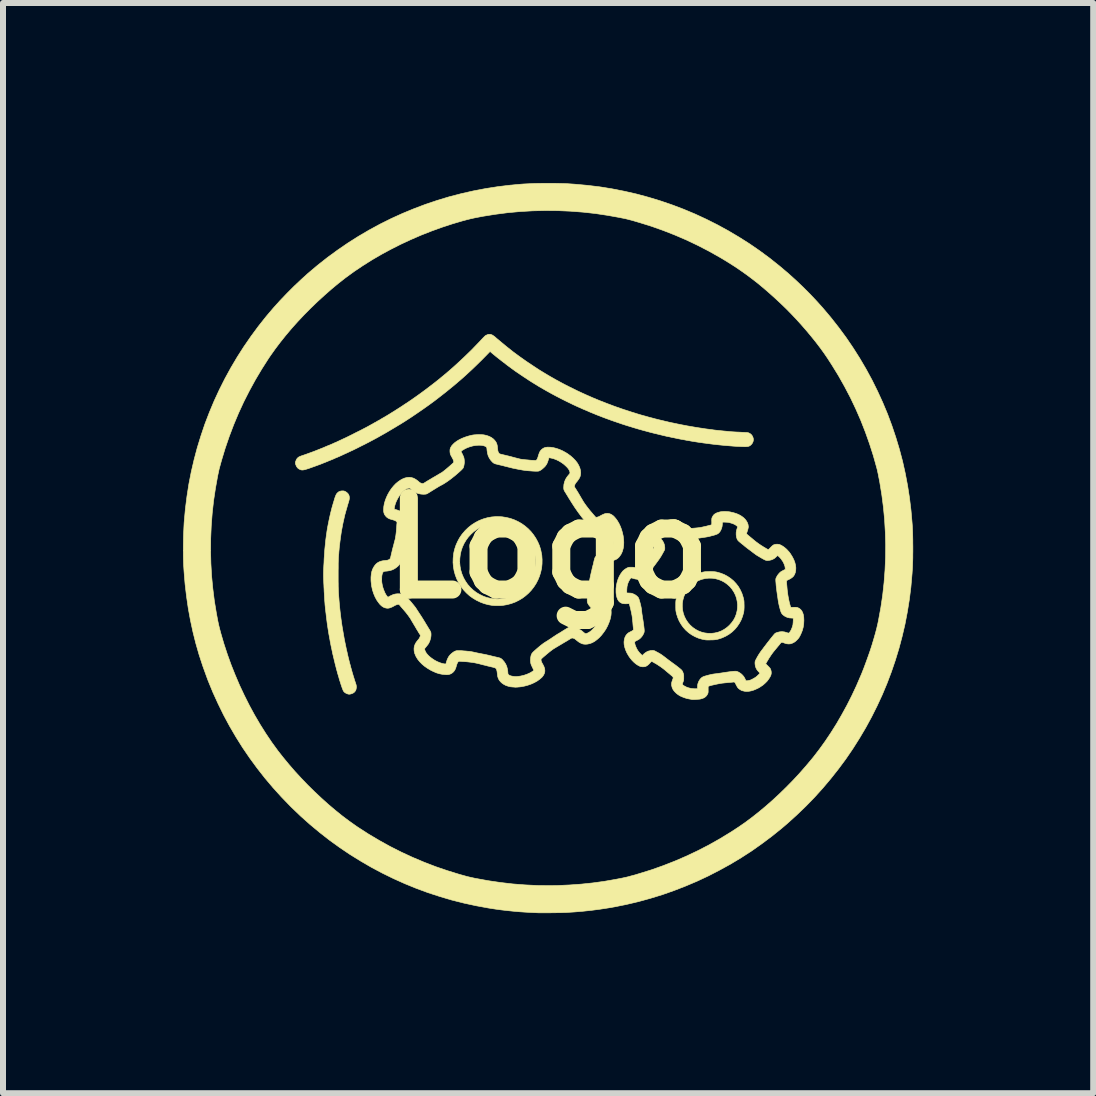
<source format=kicad_pcb>
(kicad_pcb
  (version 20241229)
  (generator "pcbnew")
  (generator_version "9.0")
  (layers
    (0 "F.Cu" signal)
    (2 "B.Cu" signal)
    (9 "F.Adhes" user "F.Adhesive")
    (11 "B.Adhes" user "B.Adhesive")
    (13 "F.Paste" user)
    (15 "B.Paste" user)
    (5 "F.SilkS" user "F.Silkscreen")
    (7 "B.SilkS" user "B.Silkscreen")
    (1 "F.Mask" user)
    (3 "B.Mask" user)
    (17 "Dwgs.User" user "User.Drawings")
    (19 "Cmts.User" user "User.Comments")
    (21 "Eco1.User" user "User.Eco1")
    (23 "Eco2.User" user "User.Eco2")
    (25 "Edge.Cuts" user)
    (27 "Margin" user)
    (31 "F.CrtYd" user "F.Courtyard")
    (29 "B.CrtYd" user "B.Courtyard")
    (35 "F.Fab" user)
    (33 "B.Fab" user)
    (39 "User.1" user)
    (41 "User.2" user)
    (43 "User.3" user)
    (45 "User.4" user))
  (footprint "Logo"
    (layer "F.Cu")
    (at 6.085 6.084)
    (property "Reference" "Logo" (at 0 0 0) (layer "F.SilkS") (effects (font (size 1.524 1.524) (thickness 0.3))))
    (attr through_hole)
    (fp_poly (pts (xy -0.771 -0.523) (xy -0.701 -0.512) (xy -0.633 -0.496) (xy -0.567 -0.473) (xy -0.504 -0.444) (xy -0.444 -0.41) (xy -0.388 -0.37) (xy -0.336 -0.326) (xy -0.288 -0.277) (xy -0.245 -0.223) (xy -0.207 -0.166) (xy -0.174 -0.105) (xy -0.146 -0.041) (xy -0.125 0.027) (xy -0.111 0.097) (xy -0.107 0.119) (xy -0.102 0.191) (xy -0.103 0.263) (xy -0.11 0.332) (xy -0.125 0.4) (xy -0.145 0.466) (xy -0.171 0.529) (xy -0.202 0.589) (xy -0.239 0.646) (xy -0.281 0.7) (xy -0.327 0.749) (xy -0.378 0.794) (xy -0.433 0.835) (xy -0.492 0.87) (xy -0.554 0.9) (xy -0.62 0.924) (xy -0.689 0.942) (xy -0.76 0.954) (xy -0.76 0.954) (xy -0.78 0.956) (xy -0.805 0.957) (xy -0.833 0.957) (xy -0.861 0.957) (xy -0.889 0.957) (xy -0.914 0.955) (xy -0.931 0.954) (xy -1 0.942) (xy -1.067 0.924) (xy -1.133 0.899) (xy -1.197 0.868) (xy -1.258 0.831) (xy -1.31 0.794) (xy -1.364 0.745) (xy -1.413 0.693) (xy -1.456 0.636) (xy -1.493 0.576) (xy -1.524 0.513) (xy -1.549 0.447) (xy -1.568 0.379) (xy -1.58 0.309) (xy -1.586 0.238) (xy -1.586 0.237) (xy -1.475 0.237) (xy -1.469 0.302) (xy -1.457 0.366) (xy -1.438 0.429) (xy -1.412 0.491) (xy -1.412 0.492) (xy -1.379 0.55) (xy -1.342 0.604) (xy -1.299 0.653) (xy -1.251 0.698) (xy -1.199 0.738) (xy -1.143 0.771) (xy -1.084 0.8) (xy -1.023 0.822) (xy -0.959 0.837) (xy -0.9 0.845) (xy -0.877 0.847) (xy -0.86 0.848) (xy -0.844 0.848) (xy -0.829 0.848) (xy -0.811 0.847) (xy -0.793 0.845) (xy -0.725 0.836) (xy -0.66 0.82) (xy -0.597 0.797) (xy -0.537 0.768) (xy -0.481 0.733) (xy -0.429 0.692) (xy -0.381 0.646) (xy -0.338 0.594) (xy -0.315 0.561) (xy -0.281 0.504) (xy -0.255 0.444) (xy -0.235 0.382) (xy -0.221 0.319) (xy -0.214 0.255) (xy -0.213 0.191) (xy -0.219 0.127) (xy -0.231 0.063) (xy -0.25 0.001) (xy -0.275 -0.059) (xy -0.307 -0.117) (xy -0.319 -0.135) (xy -0.359 -0.189) (xy -0.403 -0.236) (xy -0.425 -0.257) (xy -0.478 -0.299) (xy -0.533 -0.334) (xy -0.591 -0.363) (xy -0.65 -0.385) (xy -0.711 -0.401) (xy -0.773 -0.411) (xy -0.835 -0.415) (xy -0.897 -0.413) (xy -0.958 -0.405) (xy -1.018 -0.391) (xy -1.077 -0.371) (xy -1.134 -0.345) (xy -1.188 -0.313) (xy -1.24 -0.276) (xy -1.288 -0.232) (xy -1.332 -0.184) (xy -1.368 -0.135) (xy -1.402 -0.078) (xy -1.43 -0.018) (xy -1.451 0.044) (xy -1.465 0.107) (xy -1.473 0.172) (xy -1.475 0.237) (xy -1.586 0.237) (xy -1.584 0.166) (xy -1.576 0.093) (xy -1.571 0.064) (xy -1.556 0.006) (xy -1.536 -0.053) (xy -1.51 -0.111) (xy -1.48 -0.167) (xy -1.446 -0.218) (xy -1.431 -0.238) (xy -1.383 -0.294) (xy -1.33 -0.345) (xy -1.274 -0.389) (xy -1.213 -0.428) (xy -1.15 -0.461) (xy -1.083 -0.487) (xy -1.014 -0.507) (xy -0.943 -0.52) (xy -0.87 -0.526) (xy -0.844 -0.526) (xy -0.771 -0.523)) (stroke (width 0.01) (type solid)) (fill yes) (layer "F.SilkS"))
    (fp_poly (pts (xy 2.722 0.39) (xy 2.743 0.391) (xy 2.761 0.392) (xy 2.775 0.393) (xy 2.789 0.395) (xy 2.802 0.397) (xy 2.807 0.398) (xy 2.871 0.416) (xy 2.931 0.439) (xy 2.987 0.469) (xy 3.039 0.504) (xy 3.087 0.544) (xy 3.13 0.59) (xy 3.168 0.639) (xy 3.2 0.694) (xy 3.227 0.752) (xy 3.247 0.814) (xy 3.256 0.847) (xy 3.258 0.861) (xy 3.261 0.874) (xy 3.262 0.888) (xy 3.263 0.904) (xy 3.263 0.924) (xy 3.264 0.95) (xy 3.264 0.96) (xy 3.264 0.987) (xy 3.263 1.009) (xy 3.262 1.026) (xy 3.261 1.041) (xy 3.259 1.054) (xy 3.257 1.068) (xy 3.256 1.073) (xy 3.238 1.136) (xy 3.215 1.196) (xy 3.185 1.252) (xy 3.15 1.304) (xy 3.11 1.352) (xy 3.065 1.395) (xy 3.015 1.433) (xy 2.961 1.465) (xy 2.903 1.492) (xy 2.881 1.5) (xy 2.851 1.51) (xy 2.823 1.518) (xy 2.796 1.523) (xy 2.767 1.527) (xy 2.735 1.529) (xy 2.707 1.529) (xy 2.685 1.53) (xy 2.664 1.53) (xy 2.647 1.53) (xy 2.634 1.529) (xy 2.627 1.529) (xy 2.563 1.517) (xy 2.502 1.499) (xy 2.444 1.474) (xy 2.39 1.444) (xy 2.339 1.408) (xy 2.293 1.367) (xy 2.251 1.321) (xy 2.215 1.27) (xy 2.183 1.216) (xy 2.158 1.157) (xy 2.138 1.095) (xy 2.133 1.073) (xy 2.13 1.059) (xy 2.128 1.045) (xy 2.126 1.031) (xy 2.126 1.015) (xy 2.125 0.995) (xy 2.125 0.976) (xy 2.234 0.976) (xy 2.239 1.031) (xy 2.251 1.086) (xy 2.269 1.138) (xy 2.294 1.187) (xy 2.295 1.19) (xy 2.328 1.239) (xy 2.365 1.282) (xy 2.407 1.32) (xy 2.452 1.352) (xy 2.501 1.378) (xy 2.552 1.398) (xy 2.606 1.412) (xy 2.661 1.419) (xy 2.718 1.42) (xy 2.776 1.413) (xy 2.776 1.413) (xy 2.831 1.4) (xy 2.884 1.38) (xy 2.933 1.353) (xy 2.98 1.32) (xy 3.019 1.285) (xy 3.058 1.241) (xy 3.09 1.196) (xy 3.116 1.147) (xy 3.135 1.095) (xy 3.148 1.04) (xy 3.153 0.999) (xy 3.155 0.944) (xy 3.149 0.889) (xy 3.138 0.835) (xy 3.12 0.783) (xy 3.095 0.733) (xy 3.065 0.687) (xy 3.064 0.685) (xy 3.027 0.641) (xy 2.985 0.603) (xy 2.94 0.57) (xy 2.892 0.544) (xy 2.84 0.523) (xy 2.787 0.509) (xy 2.733 0.501) (xy 2.677 0.5) (xy 2.621 0.505) (xy 2.565 0.518) (xy 2.549 0.523) (xy 2.501 0.541) (xy 2.457 0.564) (xy 2.416 0.593) (xy 2.376 0.628) (xy 2.369 0.635) (xy 2.332 0.676) (xy 2.302 0.718) (xy 2.277 0.764) (xy 2.259 0.81) (xy 2.244 0.864) (xy 2.235 0.92) (xy 2.234 0.976) (xy 2.125 0.976) (xy 2.125 0.97) (xy 2.125 0.96) (xy 2.125 0.932) (xy 2.125 0.911) (xy 2.126 0.893) (xy 2.127 0.879) (xy 2.129 0.865) (xy 2.132 0.852) (xy 2.133 0.847) (xy 2.15 0.783) (xy 2.174 0.723) (xy 2.203 0.667) (xy 2.238 0.615) (xy 2.279 0.567) (xy 2.324 0.524) (xy 2.374 0.486) (xy 2.428 0.454) (xy 2.486 0.427) (xy 2.548 0.407) (xy 2.581 0.398) (xy 2.595 0.396) (xy 2.608 0.393) (xy 2.623 0.392) (xy 2.639 0.391) (xy 2.659 0.391) (xy 2.684 0.39) (xy 2.694 0.39) (xy 2.722 0.39)) (stroke (width 0.01) (type solid)) (fill yes) (layer "F.SilkS"))
    (fp_poly (pts (xy -3.414 -0.954) (xy -3.401 -0.952) (xy -3.39 -0.948) (xy -3.379 -0.943) (xy -3.355 -0.927) (xy -3.335 -0.907) (xy -3.321 -0.882) (xy -3.32 -0.879) (xy -3.315 -0.86) (xy -3.313 -0.84) (xy -3.315 -0.817) (xy -3.321 -0.79) (xy -3.33 -0.759) (xy -3.331 -0.757) (xy -3.337 -0.737) (xy -3.345 -0.712) (xy -3.352 -0.685) (xy -3.36 -0.659) (xy -3.364 -0.644) (xy -3.37 -0.622) (xy -3.376 -0.602) (xy -3.38 -0.585) (xy -3.384 -0.573) (xy -3.386 -0.566) (xy -3.39 -0.55) (xy -3.395 -0.528) (xy -3.401 -0.502) (xy -3.407 -0.474) (xy -3.414 -0.445) (xy -3.42 -0.416) (xy -3.426 -0.389) (xy -3.43 -0.365) (xy -3.431 -0.361) (xy -3.437 -0.328) (xy -3.443 -0.297) (xy -3.448 -0.268) (xy -3.452 -0.24) (xy -3.456 -0.212) (xy -3.461 -0.181) (xy -3.465 -0.147) (xy -3.47 -0.109) (xy -3.475 -0.066) (xy -3.478 -0.047) (xy -3.479 -0.036) (xy -3.481 -0.019) (xy -3.483 0.003) (xy -3.485 0.029) (xy -3.488 0.058) (xy -3.49 0.089) (xy -3.493 0.121) (xy -3.495 0.147) (xy -3.496 0.164) (xy -3.497 0.188) (xy -3.498 0.218) (xy -3.499 0.252) (xy -3.499 0.29) (xy -3.499 0.331) (xy -3.5 0.374) (xy -3.5 0.419) (xy -3.5 0.464) (xy -3.5 0.509) (xy -3.5 0.553) (xy -3.499 0.594) (xy -3.499 0.633) (xy -3.498 0.668) (xy -3.497 0.699) (xy -3.496 0.724) (xy -3.495 0.743) (xy -3.495 0.746) (xy -3.493 0.771) (xy -3.491 0.798) (xy -3.489 0.824) (xy -3.487 0.847) (xy -3.487 0.851) (xy -3.483 0.899) (xy -3.478 0.952) (xy -3.473 1.006) (xy -3.467 1.062) (xy -3.46 1.117) (xy -3.454 1.169) (xy -3.447 1.218) (xy -3.441 1.261) (xy -3.44 1.266) (xy -3.438 1.281) (xy -3.435 1.3) (xy -3.432 1.319) (xy -3.431 1.324) (xy -3.414 1.423) (xy -3.397 1.52) (xy -3.391 1.548) (xy -3.388 1.565) (xy -3.384 1.584) (xy -3.38 1.602) (xy -3.377 1.621) (xy -3.371 1.646) (xy -3.366 1.672) (xy -3.36 1.699) (xy -3.354 1.724) (xy -3.351 1.736) (xy -3.348 1.752) (xy -3.344 1.77) (xy -3.341 1.783) (xy -3.333 1.817) (xy -3.324 1.854) (xy -3.314 1.894) (xy -3.306 1.925) (xy -3.3 1.945) (xy -3.296 1.961) (xy -3.293 1.974) (xy -3.29 1.986) (xy -3.286 1.999) (xy -3.282 2.012) (xy -3.278 2.028) (xy -3.273 2.044) (xy -3.271 2.052) (xy -3.265 2.074) (xy -3.258 2.097) (xy -3.25 2.124) (xy -3.246 2.137) (xy -3.241 2.153) (xy -3.236 2.168) (xy -3.233 2.179) (xy -3.232 2.181) (xy -3.23 2.189) (xy -3.226 2.202) (xy -3.22 2.219) (xy -3.214 2.238) (xy -3.212 2.242) (xy -3.206 2.262) (xy -3.201 2.277) (xy -3.199 2.289) (xy -3.197 2.299) (xy -3.197 2.31) (xy -3.197 2.322) (xy -3.201 2.348) (xy -3.208 2.37) (xy -3.221 2.389) (xy -3.232 2.401) (xy -3.25 2.414) (xy -3.272 2.424) (xy -3.295 2.431) (xy -3.317 2.434) (xy -3.336 2.431) (xy -3.366 2.42) (xy -3.388 2.406) (xy -3.394 2.401) (xy -3.4 2.396) (xy -3.405 2.39) (xy -3.41 2.383) (xy -3.416 2.373) (xy -3.421 2.361) (xy -3.427 2.345) (xy -3.435 2.325) (xy -3.443 2.301) (xy -3.453 2.272) (xy -3.464 2.236) (xy -3.475 2.203) (xy -3.479 2.189) (xy -3.484 2.173) (xy -3.485 2.168) (xy -3.489 2.153) (xy -3.494 2.137) (xy -3.496 2.13) (xy -3.501 2.113) (xy -3.507 2.093) (xy -3.514 2.069) (xy -3.516 2.059) (xy -3.522 2.038) (xy -3.529 2.014) (xy -3.534 1.992) (xy -3.536 1.985) (xy -3.539 1.973) (xy -3.543 1.957) (xy -3.548 1.938) (xy -3.552 1.923) (xy -3.556 1.904) (xy -3.561 1.884) (xy -3.566 1.866) (xy -3.568 1.856) (xy -3.571 1.841) (xy -3.576 1.823) (xy -3.581 1.803) (xy -3.583 1.791) (xy -3.588 1.772) (xy -3.592 1.755) (xy -3.595 1.74) (xy -3.597 1.733) (xy -3.599 1.719) (xy -3.603 1.702) (xy -3.605 1.691) (xy -3.61 1.667) (xy -3.616 1.64) (xy -3.622 1.612) (xy -3.627 1.582) (xy -3.633 1.555) (xy -3.637 1.529) (xy -3.641 1.509) (xy -3.643 1.497) (xy -3.646 1.481) (xy -3.649 1.465) (xy -3.65 1.457) (xy -3.653 1.444) (xy -3.656 1.426) (xy -3.66 1.402) (xy -3.664 1.375) (xy -3.669 1.345) (xy -3.674 1.313) (xy -3.674 1.312) (xy -3.68 1.272) (xy -3.686 1.228) (xy -3.692 1.18) (xy -3.698 1.132) (xy -3.703 1.086) (xy -3.705 1.072) (xy -3.707 1.056) (xy -3.708 1.042) (xy -3.71 1.031) (xy -3.71 1.029) (xy -3.712 1.016) (xy -3.714 0.997) (xy -3.716 0.973) (xy -3.719 0.945) (xy -3.721 0.913) (xy -3.724 0.88) (xy -3.726 0.845) (xy -3.728 0.811) (xy -3.73 0.777) (xy -3.732 0.745) (xy -3.734 0.716) (xy -3.734 0.711) (xy -3.735 0.681) (xy -3.737 0.649) (xy -3.738 0.616) (xy -3.74 0.585) (xy -3.741 0.559) (xy -3.741 0.557) (xy -3.743 0.507) (xy -3.744 0.461) (xy -3.744 0.417) (xy -3.743 0.371) (xy -3.741 0.327) (xy -3.74 0.301) (xy -3.738 0.27) (xy -3.736 0.238) (xy -3.735 0.206) (xy -3.734 0.18) (xy -3.723 0.021) (xy -3.707 -0.136) (xy -3.696 -0.22) (xy -3.693 -0.239) (xy -3.69 -0.259) (xy -3.688 -0.276) (xy -3.687 -0.281) (xy -3.685 -0.294) (xy -3.683 -0.306) (xy -3.681 -0.32) (xy -3.678 -0.337) (xy -3.674 -0.359) (xy -3.67 -0.379) (xy -3.663 -0.415) (xy -3.657 -0.443) (xy -3.653 -0.465) (xy -3.65 -0.477) (xy -3.648 -0.487) (xy -3.645 -0.502) (xy -3.641 -0.519) (xy -3.639 -0.528) (xy -3.635 -0.548) (xy -3.629 -0.571) (xy -3.623 -0.598) (xy -3.616 -0.625) (xy -3.609 -0.653) (xy -3.602 -0.68) (xy -3.595 -0.704) (xy -3.589 -0.725) (xy -3.584 -0.742) (xy -3.581 -0.751) (xy -3.579 -0.759) (xy -3.575 -0.771) (xy -3.571 -0.786) (xy -3.57 -0.787) (xy -3.561 -0.82) (xy -3.552 -0.847) (xy -3.544 -0.868) (xy -3.537 -0.885) (xy -3.53 -0.899) (xy -3.522 -0.91) (xy -3.514 -0.92) (xy -3.511 -0.922) (xy -3.491 -0.939) (xy -3.468 -0.949) (xy -3.442 -0.954) (xy -3.43 -0.954) (xy -3.414 -0.954)) (stroke (width 0.01) (type solid)) (fill yes) (layer "F.SilkS"))
    (fp_poly (pts (xy 0.056 -6.079) (xy 0.108 -6.079) (xy 0.155 -6.078) (xy 0.199 -6.077) (xy 0.24 -6.076) (xy 0.281 -6.075) (xy 0.322 -6.073) (xy 0.365 -6.07) (xy 0.41 -6.067) (xy 0.441 -6.065) (xy 0.649 -6.046) (xy 0.857 -6.021) (xy 1.062 -5.988) (xy 1.266 -5.948) (xy 1.468 -5.902) (xy 1.668 -5.848) (xy 1.866 -5.788) (xy 2.062 -5.721) (xy 2.255 -5.648) (xy 2.446 -5.568) (xy 2.634 -5.481) (xy 2.819 -5.388) (xy 3 -5.289) (xy 3.179 -5.183) (xy 3.354 -5.072) (xy 3.525 -4.954) (xy 3.693 -4.83) (xy 3.857 -4.699) (xy 4 -4.578) (xy 4.122 -4.468) (xy 4.244 -4.352) (xy 4.363 -4.233) (xy 4.478 -4.111) (xy 4.574 -4.004) (xy 4.71 -3.843) (xy 4.839 -3.679) (xy 4.963 -3.511) (xy 5.08 -3.339) (xy 5.191 -3.164) (xy 5.296 -2.985) (xy 5.395 -2.803) (xy 5.487 -2.617) (xy 5.573 -2.429) (xy 5.653 -2.238) (xy 5.725 -2.045) (xy 5.791 -1.849) (xy 5.851 -1.65) (xy 5.904 -1.45) (xy 5.949 -1.248) (xy 5.988 -1.043) (xy 6.02 -0.837) (xy 6.045 -0.63) (xy 6.061 -0.446) (xy 6.065 -0.398) (xy 6.068 -0.353) (xy 6.07 -0.311) (xy 6.072 -0.269) (xy 6.073 -0.227) (xy 6.074 -0.183) (xy 6.075 -0.136) (xy 6.075 -0.085) (xy 6.076 -0.029) (xy 6.076 -0.002) (xy 6.076 0.057) (xy 6.075 0.11) (xy 6.075 0.159) (xy 6.074 0.204) (xy 6.072 0.247) (xy 6.071 0.288) (xy 6.069 0.331) (xy 6.066 0.374) (xy 6.063 0.421) (xy 6.061 0.443) (xy 6.043 0.651) (xy 6.017 0.858) (xy 5.984 1.063) (xy 5.945 1.267) (xy 5.898 1.468) (xy 5.845 1.668) (xy 5.785 1.865) (xy 5.719 2.059) (xy 5.646 2.252) (xy 5.567 2.441) (xy 5.481 2.627) (xy 5.389 2.811) (xy 5.291 2.991) (xy 5.186 3.168) (xy 5.076 3.342) (xy 4.96 3.512) (xy 4.837 3.678) (xy 4.709 3.84) (xy 4.575 3.999) (xy 4.436 4.153) (xy 4.291 4.302) (xy 4.14 4.447) (xy 3.984 4.588) (xy 3.888 4.67) (xy 3.725 4.801) (xy 3.558 4.926) (xy 3.388 5.046) (xy 3.213 5.159) (xy 3.035 5.266) (xy 2.853 5.366) (xy 2.669 5.461) (xy 2.481 5.549) (xy 2.29 5.63) (xy 2.097 5.705) (xy 1.901 5.774) (xy 1.702 5.835) (xy 1.502 5.89) (xy 1.299 5.938) (xy 1.094 5.979) (xy 0.994 5.996) (xy 0.858 6.017) (xy 0.72 6.035) (xy 0.58 6.05) (xy 0.436 6.062) (xy 0.294 6.071) (xy 0.277 6.071) (xy 0.254 6.072) (xy 0.226 6.073) (xy 0.193 6.074) (xy 0.158 6.074) (xy 0.12 6.075) (xy 0.08 6.075) (xy 0.041 6.076) (xy 0.002 6.076) (xy -0.036 6.076) (xy -0.071 6.076) (xy -0.102 6.076) (xy -0.129 6.076) (xy -0.151 6.076) (xy -0.165 6.076) (xy -0.279 6.071) (xy -0.386 6.065) (xy -0.489 6.058) (xy -0.588 6.049) (xy -0.684 6.039) (xy -0.78 6.028) (xy -0.875 6.015) (xy -0.972 6) (xy -0.998 5.996) (xy -1.204 5.958) (xy -1.407 5.914) (xy -1.609 5.863) (xy -1.808 5.804) (xy -2.005 5.74) (xy -2.2 5.668) (xy -2.391 5.59) (xy -2.58 5.505) (xy -2.766 5.414) (xy -2.948 5.317) (xy -3.127 5.213) (xy -3.303 5.104) (xy -3.475 4.988) (xy -3.644 4.866) (xy -3.808 4.738) (xy -3.969 4.604) (xy -4.125 4.465) (xy -4.277 4.319) (xy -4.3 4.296) (xy -4.447 4.144) (xy -4.588 3.988) (xy -4.724 3.827) (xy -4.853 3.662) (xy -4.976 3.494) (xy -5.094 3.321) (xy -5.205 3.144) (xy -5.31 2.964) (xy -5.409 2.78) (xy -5.501 2.592) (xy -5.588 2.401) (xy -5.668 2.206) (xy -5.687 2.155) (xy -5.755 1.967) (xy -5.817 1.778) (xy -5.872 1.587) (xy -5.92 1.395) (xy -5.962 1.2) (xy -5.998 1.003) (xy -6.027 0.803) (xy -6.051 0.6) (xy -6.068 0.393) (xy -6.075 0.285) (xy -6.077 0.233) (xy -6.079 0.176) (xy -6.08 0.113) (xy -6.08 0.047) (xy -6.08 0.045) (xy -5.626 0.045) (xy -5.621 0.255) (xy -5.609 0.464) (xy -5.589 0.672) (xy -5.563 0.88) (xy -5.529 1.086) (xy -5.508 1.199) (xy -5.501 1.234) (xy -5.494 1.265) (xy -5.488 1.293) (xy -5.481 1.32) (xy -5.474 1.349) (xy -5.465 1.382) (xy -5.457 1.413) (xy -5.405 1.591) (xy -5.347 1.768) (xy -5.284 1.943) (xy -5.215 2.116) (xy -5.142 2.287) (xy -5.063 2.455) (xy -4.98 2.62) (xy -4.893 2.78) (xy -4.801 2.937) (xy -4.706 3.088) (xy -4.607 3.235) (xy -4.505 3.375) (xy -4.421 3.482) (xy -4.323 3.601) (xy -4.221 3.719) (xy -4.115 3.834) (xy -4.006 3.948) (xy -3.894 4.058) (xy -3.781 4.164) (xy -3.667 4.267) (xy -3.551 4.365) (xy -3.436 4.458) (xy -3.322 4.544) (xy -3.208 4.625) (xy -3.173 4.649) (xy -2.998 4.762) (xy -2.818 4.869) (xy -2.636 4.97) (xy -2.45 5.064) (xy -2.26 5.152) (xy -2.068 5.233) (xy -1.873 5.308) (xy -1.676 5.375) (xy -1.524 5.422) (xy -1.475 5.437) (xy -1.431 5.449) (xy -1.392 5.46) (xy -1.357 5.47) (xy -1.323 5.478) (xy -1.289 5.486) (xy -1.256 5.493) (xy -1.22 5.501) (xy -1.203 5.504) (xy -1 5.541) (xy -0.796 5.571) (xy -0.59 5.595) (xy -0.385 5.611) (xy -0.179 5.621) (xy 0.026 5.623) (xy 0.161 5.621) (xy 0.359 5.612) (xy 0.552 5.598) (xy 0.743 5.578) (xy 0.933 5.552) (xy 1.122 5.519) (xy 1.199 5.504) (xy 1.236 5.497) (xy 1.271 5.489) (xy 1.304 5.482) (xy 1.337 5.474) (xy 1.372 5.464) (xy 1.41 5.454) (xy 1.451 5.443) (xy 1.497 5.429) (xy 1.52 5.422) (xy 1.72 5.36) (xy 1.917 5.29) (xy 2.111 5.214) (xy 2.303 5.131) (xy 2.491 5.042) (xy 2.677 4.946) (xy 2.858 4.844) (xy 3.037 4.735) (xy 3.169 4.649) (xy 3.282 4.571) (xy 3.396 4.486) (xy 3.511 4.395) (xy 3.626 4.299) (xy 3.741 4.198) (xy 3.854 4.093) (xy 3.966 3.984) (xy 4.076 3.872) (xy 4.183 3.757) (xy 4.286 3.64) (xy 4.386 3.521) (xy 4.418 3.482) (xy 4.518 3.352) (xy 4.616 3.216) (xy 4.711 3.074) (xy 4.804 2.926) (xy 4.892 2.774) (xy 4.978 2.617) (xy 5.059 2.457) (xy 5.136 2.293) (xy 5.182 2.186) (xy 5.222 2.093) (xy 5.26 1.997) (xy 5.296 1.9) (xy 5.331 1.803) (xy 5.365 1.706) (xy 5.396 1.61) (xy 5.424 1.516) (xy 5.45 1.426) (xy 5.473 1.339) (xy 5.492 1.257) (xy 5.504 1.199) (xy 5.542 0.992) (xy 5.573 0.783) (xy 5.596 0.574) (xy 5.612 0.365) (xy 5.621 0.155) (xy 5.623 -0.055) (xy 5.617 -0.265) (xy 5.605 -0.474) (xy 5.585 -0.684) (xy 5.558 -0.893) (xy 5.524 -1.101) (xy 5.504 -1.203) (xy 5.499 -1.23) (xy 5.493 -1.258) (xy 5.487 -1.285) (xy 5.482 -1.308) (xy 5.477 -1.327) (xy 5.475 -1.335) (xy 5.418 -1.539) (xy 5.354 -1.739) (xy 5.284 -1.936) (xy 5.208 -2.13) (xy 5.125 -2.32) (xy 5.036 -2.507) (xy 4.939 -2.692) (xy 4.837 -2.873) (xy 4.727 -3.052) (xy 4.656 -3.162) (xy 4.596 -3.25) (xy 4.53 -3.341) (xy 4.459 -3.434) (xy 4.384 -3.527) (xy 4.305 -3.622) (xy 4.224 -3.715) (xy 4.141 -3.807) (xy 4.056 -3.897) (xy 3.971 -3.984) (xy 3.886 -4.066) (xy 3.88 -4.072) (xy 3.78 -4.165) (xy 3.682 -4.253) (xy 3.587 -4.335) (xy 3.492 -4.414) (xy 3.397 -4.488) (xy 3.302 -4.559) (xy 3.206 -4.627) (xy 3.107 -4.694) (xy 3.006 -4.758) (xy 2.9 -4.823) (xy 2.859 -4.847) (xy 2.676 -4.95) (xy 2.49 -5.046) (xy 2.301 -5.136) (xy 2.11 -5.218) (xy 1.916 -5.294) (xy 1.719 -5.364) (xy 1.52 -5.426) (xy 1.471 -5.44) (xy 1.428 -5.453) (xy 1.389 -5.464) (xy 1.353 -5.473) (xy 1.319 -5.482) (xy 1.286 -5.49) (xy 1.252 -5.497) (xy 1.216 -5.504) (xy 1.199 -5.508) (xy 0.993 -5.545) (xy 0.787 -5.576) (xy 0.579 -5.599) (xy 0.37 -5.615) (xy 0.161 -5.624) (xy -0.049 -5.626) (xy -0.258 -5.621) (xy -0.467 -5.609) (xy -0.675 -5.59) (xy -0.883 -5.563) (xy -1.089 -5.53) (xy -1.203 -5.508) (xy -1.238 -5.501) (xy -1.268 -5.494) (xy -1.296 -5.488) (xy -1.324 -5.481) (xy -1.353 -5.474) (xy -1.385 -5.465) (xy -1.417 -5.457) (xy -1.594 -5.405) (xy -1.771 -5.347) (xy -1.945 -5.284) (xy -2.118 -5.216) (xy -2.289 -5.142) (xy -2.457 -5.064) (xy -2.621 -4.981) (xy -2.782 -4.894) (xy -2.938 -4.803) (xy -3.09 -4.707) (xy -3.236 -4.609) (xy -3.376 -4.507) (xy -3.496 -4.413) (xy -3.614 -4.315) (xy -3.731 -4.212) (xy -3.847 -4.106) (xy -3.959 -3.998) (xy -4.069 -3.887) (xy -4.175 -3.774) (xy -4.277 -3.66) (xy -4.374 -3.545) (xy -4.466 -3.43) (xy -4.552 -3.316) (xy -4.632 -3.203) (xy -4.66 -3.162) (xy -4.773 -2.985) (xy -4.88 -2.805) (xy -4.98 -2.622) (xy -5.074 -2.437) (xy -5.161 -2.248) (xy -5.241 -2.057) (xy -5.315 -1.862) (xy -5.383 -1.664) (xy -5.444 -1.462) (xy -5.479 -1.335) (xy -5.483 -1.32) (xy -5.488 -1.298) (xy -5.493 -1.273) (xy -5.499 -1.246) (xy -5.505 -1.218) (xy -5.508 -1.203) (xy -5.545 -0.997) (xy -5.576 -0.79) (xy -5.599 -0.582) (xy -5.615 -0.373) (xy -5.624 -0.164) (xy -5.626 0.045) (xy -6.08 0.045) (xy -6.08 -0.022) (xy -6.079 -0.092) (xy -6.078 -0.162) (xy -6.076 -0.232) (xy -6.073 -0.299) (xy -6.07 -0.363) (xy -6.067 -0.423) (xy -6.065 -0.446) (xy -6.046 -0.655) (xy -6.02 -0.862) (xy -5.988 -1.068) (xy -5.948 -1.272) (xy -5.901 -1.474) (xy -5.848 -1.674) (xy -5.787 -1.872) (xy -5.721 -2.068) (xy -5.647 -2.261) (xy -5.567 -2.452) (xy -5.48 -2.64) (xy -5.387 -2.825) (xy -5.288 -3.006) (xy -5.182 -3.185) (xy -5.07 -3.36) (xy -4.952 -3.531) (xy -4.828 -3.699) (xy -4.698 -3.863) (xy -4.578 -4.004) (xy -4.468 -4.126) (xy -4.352 -4.247) (xy -4.233 -4.366) (xy -4.111 -4.481) (xy -4.004 -4.578) (xy -3.844 -4.713) (xy -3.679 -4.843) (xy -3.511 -4.966) (xy -3.339 -5.084) (xy -3.164 -5.195) (xy -2.985 -5.3) (xy -2.803 -5.399) (xy -2.618 -5.491) (xy -2.429 -5.577) (xy -2.238 -5.656) (xy -2.045 -5.729) (xy -1.849 -5.795) (xy -1.65 -5.855) (xy -1.45 -5.907) (xy -1.247 -5.953) (xy -1.043 -5.992) (xy -0.837 -6.024) (xy -0.63 -6.049) (xy -0.613 -6.05) (xy -0.543 -6.057) (xy -0.476 -6.063) (xy -0.413 -6.068) (xy -0.351 -6.071) (xy -0.289 -6.074) (xy -0.225 -6.077) (xy -0.159 -6.078) (xy -0.088 -6.079) (xy -0.011 -6.079) (xy -0.002 -6.079) (xy 0.056 -6.079)) (stroke (width 0.01) (type solid)) (fill yes) (layer "F.SilkS"))
    (fp_poly (pts (xy -0.966 -3.563) (xy -0.956 -3.561) (xy -0.952 -3.56) (xy -0.945 -3.557) (xy -0.934 -3.552) (xy -0.929 -3.55) (xy -0.92 -3.544) (xy -0.907 -3.535) (xy -0.892 -3.524) (xy -0.88 -3.514) (xy -0.866 -3.501) (xy -0.847 -3.485) (xy -0.825 -3.467) (xy -0.8 -3.446) (xy -0.774 -3.424) (xy -0.748 -3.403) (xy -0.723 -3.382) (xy -0.7 -3.363) (xy -0.68 -3.347) (xy -0.68 -3.347) (xy -0.579 -3.267) (xy -0.473 -3.189) (xy -0.361 -3.11) (xy -0.244 -3.032) (xy -0.151 -2.971) (xy -0.12 -2.952) (xy -0.086 -2.931) (xy -0.051 -2.91) (xy -0.016 -2.889) (xy 0.016 -2.87) (xy 0.045 -2.853) (xy 0.06 -2.845) (xy 0.07 -2.839) (xy 0.084 -2.831) (xy 0.099 -2.823) (xy 0.103 -2.82) (xy 0.125 -2.808) (xy 0.144 -2.797) (xy 0.162 -2.788) (xy 0.182 -2.777) (xy 0.183 -2.776) (xy 0.198 -2.768) (xy 0.215 -2.759) (xy 0.231 -2.75) (xy 0.232 -2.749) (xy 0.254 -2.738) (xy 0.28 -2.724) (xy 0.311 -2.709) (xy 0.345 -2.691) (xy 0.381 -2.674) (xy 0.417 -2.656) (xy 0.453 -2.638) (xy 0.487 -2.621) (xy 0.519 -2.606) (xy 0.546 -2.594) (xy 0.562 -2.586) (xy 0.578 -2.579) (xy 0.593 -2.572) (xy 0.605 -2.567) (xy 0.606 -2.566) (xy 0.628 -2.556) (xy 0.647 -2.548) (xy 0.661 -2.541) (xy 0.67 -2.538) (xy 0.673 -2.536) (xy 0.674 -2.536) (xy 0.678 -2.535) (xy 0.684 -2.532) (xy 0.693 -2.528) (xy 0.707 -2.521) (xy 0.727 -2.513) (xy 0.739 -2.507) (xy 0.749 -2.503) (xy 0.755 -2.5) (xy 0.757 -2.5) (xy 0.761 -2.499) (xy 0.77 -2.495) (xy 0.783 -2.49) (xy 0.797 -2.483) (xy 0.8 -2.482) (xy 0.808 -2.478) (xy 0.822 -2.473) (xy 0.841 -2.465) (xy 0.863 -2.456) (xy 0.887 -2.447) (xy 0.913 -2.437) (xy 0.938 -2.427) (xy 0.963 -2.417) (xy 0.986 -2.408) (xy 1.005 -2.401) (xy 1.016 -2.397) (xy 1.035 -2.39) (xy 1.053 -2.383) (xy 1.067 -2.378) (xy 1.076 -2.374) (xy 1.079 -2.373) (xy 1.087 -2.37) (xy 1.099 -2.366) (xy 1.115 -2.36) (xy 1.132 -2.354) (xy 1.148 -2.348) (xy 1.162 -2.344) (xy 1.168 -2.342) (xy 1.18 -2.338) (xy 1.189 -2.334) (xy 1.192 -2.333) (xy 1.198 -2.331) (xy 1.209 -2.327) (xy 1.226 -2.321) (xy 1.245 -2.315) (xy 1.267 -2.307) (xy 1.291 -2.3) (xy 1.314 -2.292) (xy 1.337 -2.285) (xy 1.357 -2.278) (xy 1.374 -2.273) (xy 1.382 -2.27) (xy 1.401 -2.264) (xy 1.422 -2.258) (xy 1.443 -2.251) (xy 1.448 -2.25) (xy 1.474 -2.241) (xy 1.501 -2.233) (xy 1.527 -2.225) (xy 1.551 -2.218) (xy 1.57 -2.213) (xy 1.585 -2.209) (xy 1.587 -2.208) (xy 1.602 -2.204) (xy 1.618 -2.2) (xy 1.627 -2.197) (xy 1.646 -2.192) (xy 1.659 -2.188) (xy 1.669 -2.185) (xy 1.678 -2.183) (xy 1.687 -2.18) (xy 1.691 -2.179) (xy 1.703 -2.176) (xy 1.719 -2.172) (xy 1.738 -2.167) (xy 1.754 -2.163) (xy 1.772 -2.158) (xy 1.789 -2.153) (xy 1.803 -2.15) (xy 1.811 -2.148) (xy 1.821 -2.145) (xy 1.835 -2.142) (xy 1.846 -2.139) (xy 1.863 -2.135) (xy 1.88 -2.131) (xy 1.89 -2.129) (xy 1.902 -2.126) (xy 1.919 -2.122) (xy 1.938 -2.117) (xy 1.952 -2.114) (xy 1.968 -2.11) (xy 1.982 -2.107) (xy 1.995 -2.104) (xy 2.009 -2.1) (xy 2.026 -2.097) (xy 2.046 -2.092) (xy 2.066 -2.088) (xy 2.082 -2.085) (xy 2.096 -2.082) (xy 2.107 -2.079) (xy 2.108 -2.079) (xy 2.117 -2.077) (xy 2.13 -2.075) (xy 2.147 -2.071) (xy 2.166 -2.067) (xy 2.168 -2.067) (xy 2.187 -2.063) (xy 2.206 -2.059) (xy 2.221 -2.056) (xy 2.231 -2.054) (xy 2.232 -2.054) (xy 2.243 -2.052) (xy 2.258 -2.049) (xy 2.275 -2.046) (xy 2.281 -2.045) (xy 2.3 -2.041) (xy 2.32 -2.037) (xy 2.338 -2.034) (xy 2.34 -2.034) (xy 2.357 -2.031) (xy 2.377 -2.027) (xy 2.397 -2.024) (xy 2.402 -2.023) (xy 2.42 -2.02) (xy 2.438 -2.017) (xy 2.452 -2.014) (xy 2.457 -2.014) (xy 2.475 -2.011) (xy 2.499 -2.007) (xy 2.53 -2.002) (xy 2.567 -1.997) (xy 2.584 -1.994) (xy 2.603 -1.991) (xy 2.622 -1.988) (xy 2.639 -1.986) (xy 2.645 -1.985) (xy 2.661 -1.983) (xy 2.678 -1.981) (xy 2.687 -1.979) (xy 2.7 -1.978) (xy 2.717 -1.976) (xy 2.731 -1.974) (xy 2.757 -1.97) (xy 2.791 -1.966) (xy 2.83 -1.962) (xy 2.876 -1.957) (xy 2.926 -1.952) (xy 2.981 -1.947) (xy 3.001 -1.945) (xy 3.04 -1.941) (xy 3.085 -1.938) (xy 3.135 -1.935) (xy 3.189 -1.933) (xy 3.241 -1.93) (xy 3.268 -1.929) (xy 3.289 -1.928) (xy 3.306 -1.928) (xy 3.318 -1.926) (xy 3.327 -1.925) (xy 3.334 -1.923) (xy 3.34 -1.921) (xy 3.346 -1.918) (xy 3.371 -1.904) (xy 3.39 -1.886) (xy 3.405 -1.863) (xy 3.406 -1.86) (xy 3.416 -1.833) (xy 3.419 -1.805) (xy 3.414 -1.778) (xy 3.403 -1.752) (xy 3.386 -1.729) (xy 3.384 -1.727) (xy 3.366 -1.711) (xy 3.347 -1.7) (xy 3.324 -1.694) (xy 3.3 -1.692) (xy 3.277 -1.691) (xy 3.248 -1.692) (xy 3.214 -1.693) (xy 3.174 -1.695) (xy 3.131 -1.697) (xy 3.085 -1.7) (xy 3.036 -1.704) (xy 2.987 -1.708) (xy 2.936 -1.712) (xy 2.886 -1.717) (xy 2.838 -1.722) (xy 2.791 -1.727) (xy 2.747 -1.732) (xy 2.707 -1.737) (xy 2.698 -1.738) (xy 2.681 -1.741) (xy 2.661 -1.743) (xy 2.643 -1.745) (xy 2.619 -1.749) (xy 2.591 -1.752) (xy 2.561 -1.757) (xy 2.528 -1.761) (xy 2.495 -1.766) (xy 2.463 -1.771) (xy 2.433 -1.776) (xy 2.406 -1.78) (xy 2.383 -1.784) (xy 2.366 -1.787) (xy 2.359 -1.789) (xy 2.344 -1.791) (xy 2.329 -1.794) (xy 2.326 -1.794) (xy 2.311 -1.797) (xy 2.296 -1.799) (xy 2.293 -1.8) (xy 2.284 -1.802) (xy 2.269 -1.805) (xy 2.251 -1.808) (xy 2.23 -1.812) (xy 2.217 -1.814) (xy 2.196 -1.818) (xy 2.176 -1.822) (xy 2.159 -1.825) (xy 2.147 -1.828) (xy 2.143 -1.829) (xy 2.133 -1.831) (xy 2.118 -1.834) (xy 2.101 -1.838) (xy 2.092 -1.84) (xy 2.073 -1.843) (xy 2.054 -1.847) (xy 2.038 -1.851) (xy 2.032 -1.852) (xy 2.016 -1.856) (xy 1.998 -1.859) (xy 1.988 -1.861) (xy 1.974 -1.864) (xy 1.96 -1.867) (xy 1.954 -1.869) (xy 1.944 -1.871) (xy 1.929 -1.875) (xy 1.913 -1.878) (xy 1.907 -1.88) (xy 1.886 -1.885) (xy 1.861 -1.891) (xy 1.832 -1.898) (xy 1.801 -1.906) (xy 1.769 -1.913) (xy 1.738 -1.921) (xy 1.711 -1.928) (xy 1.687 -1.934) (xy 1.673 -1.938) (xy 1.654 -1.943) (xy 1.636 -1.948) (xy 1.621 -1.952) (xy 1.613 -1.954) (xy 1.599 -1.958) (xy 1.582 -1.962) (xy 1.573 -1.965) (xy 1.559 -1.969) (xy 1.547 -1.972) (xy 1.54 -1.974) (xy 1.529 -1.977) (xy 1.512 -1.982) (xy 1.491 -1.988) (xy 1.468 -1.995) (xy 1.444 -2.002) (xy 1.42 -2.009) (xy 1.398 -2.016) (xy 1.379 -2.022) (xy 1.364 -2.026) (xy 1.357 -2.028) (xy 1.351 -2.031) (xy 1.339 -2.034) (xy 1.322 -2.039) (xy 1.304 -2.045) (xy 1.294 -2.048) (xy 1.275 -2.054) (xy 1.258 -2.06) (xy 1.244 -2.064) (xy 1.236 -2.067) (xy 1.234 -2.067) (xy 1.228 -2.069) (xy 1.218 -2.073) (xy 1.203 -2.078) (xy 1.185 -2.084) (xy 1.177 -2.087) (xy 1.152 -2.095) (xy 1.127 -2.104) (xy 1.103 -2.112) (xy 1.08 -2.12) (xy 1.061 -2.127) (xy 1.045 -2.132) (xy 1.035 -2.136) (xy 1.032 -2.137) (xy 1.023 -2.141) (xy 1.014 -2.144) (xy 1.005 -2.147) (xy 0.991 -2.152) (xy 0.972 -2.159) (xy 0.95 -2.167) (xy 0.927 -2.176) (xy 0.902 -2.185) (xy 0.877 -2.195) (xy 0.854 -2.204) (xy 0.833 -2.212) (xy 0.815 -2.219) (xy 0.802 -2.224) (xy 0.794 -2.227) (xy 0.793 -2.228) (xy 0.787 -2.23) (xy 0.776 -2.235) (xy 0.761 -2.241) (xy 0.744 -2.248) (xy 0.744 -2.248) (xy 0.727 -2.255) (xy 0.712 -2.261) (xy 0.701 -2.265) (xy 0.695 -2.268) (xy 0.695 -2.268) (xy 0.648 -2.289) (xy 0.617 -2.302) (xy 0.6 -2.309) (xy 0.583 -2.316) (xy 0.569 -2.322) (xy 0.566 -2.323) (xy 0.555 -2.329) (xy 0.539 -2.336) (xy 0.521 -2.344) (xy 0.504 -2.351) (xy 0.48 -2.362) (xy 0.46 -2.371) (xy 0.444 -2.379) (xy 0.43 -2.385) (xy 0.417 -2.391) (xy 0.402 -2.398) (xy 0.385 -2.407) (xy 0.376 -2.411) (xy 0.296 -2.45) (xy 0.214 -2.491) (xy 0.133 -2.533) (xy 0.094 -2.554) (xy 0.064 -2.57) (xy 0.033 -2.587) (xy 0.001 -2.605) (xy -0.03 -2.622) (xy -0.059 -2.639) (xy -0.084 -2.653) (xy -0.104 -2.665) (xy -0.108 -2.667) (xy -0.119 -2.674) (xy -0.128 -2.679) (xy -0.132 -2.681) (xy -0.133 -2.682) (xy -0.136 -2.683) (xy -0.145 -2.688) (xy -0.158 -2.696) (xy -0.174 -2.706) (xy -0.193 -2.718) (xy -0.213 -2.73) (xy -0.234 -2.743) (xy -0.254 -2.755) (xy -0.273 -2.767) (xy -0.286 -2.775) (xy -0.303 -2.786) (xy -0.325 -2.8) (xy -0.35 -2.817) (xy -0.377 -2.835) (xy -0.407 -2.854) (xy -0.436 -2.874) (xy -0.465 -2.893) (xy -0.492 -2.912) (xy -0.516 -2.928) (xy -0.537 -2.942) (xy -0.553 -2.953) (xy -0.555 -2.955) (xy -0.598 -2.986) (xy -0.644 -3.02) (xy -0.69 -3.054) (xy -0.736 -3.09) (xy -0.782 -3.125) (xy -0.825 -3.159) (xy -0.866 -3.191) (xy -0.902 -3.221) (xy -0.934 -3.247) (xy -0.935 -3.248) (xy -0.969 -3.278) (xy -1.054 -3.191) (xy -1.102 -3.142) (xy -1.154 -3.091) (xy -1.207 -3.039) (xy -1.261 -2.987) (xy -1.316 -2.936) (xy -1.369 -2.887) (xy -1.42 -2.841) (xy -1.468 -2.799) (xy -1.504 -2.769) (xy -1.513 -2.761) (xy -1.524 -2.751) (xy -1.529 -2.747) (xy -1.536 -2.741) (xy -1.548 -2.731) (xy -1.563 -2.718) (xy -1.581 -2.703) (xy -1.601 -2.687) (xy -1.617 -2.674) (xy -1.709 -2.599) (xy -1.801 -2.527) (xy -1.893 -2.456) (xy -1.987 -2.387) (xy -2.083 -2.319) (xy -2.183 -2.25) (xy -2.288 -2.179) (xy -2.368 -2.127) (xy -2.394 -2.11) (xy -2.425 -2.091) (xy -2.46 -2.069) (xy -2.499 -2.046) (xy -2.54 -2.021) (xy -2.582 -1.996) (xy -2.624 -1.971) (xy -2.666 -1.946) (xy -2.705 -1.923) (xy -2.742 -1.902) (xy -2.776 -1.883) (xy -2.804 -1.867) (xy -2.806 -1.866) (xy -2.829 -1.853) (xy -2.848 -1.842) (xy -2.865 -1.833) (xy -2.881 -1.825) (xy -2.898 -1.815) (xy -2.919 -1.804) (xy -2.932 -1.797) (xy -2.959 -1.783) (xy -2.99 -1.766) (xy -3.024 -1.749) (xy -3.06 -1.73) (xy -3.097 -1.712) (xy -3.133 -1.694) (xy -3.168 -1.676) (xy -3.2 -1.66) (xy -3.229 -1.646) (xy -3.253 -1.634) (xy -3.266 -1.628) (xy -3.282 -1.621) (xy -3.301 -1.612) (xy -3.32 -1.603) (xy -3.326 -1.6) (xy -3.342 -1.593) (xy -3.358 -1.585) (xy -3.37 -1.58) (xy -3.375 -1.578) (xy -3.394 -1.569) (xy -3.42 -1.557) (xy -3.452 -1.542) (xy -3.461 -1.538) (xy -3.476 -1.531) (xy -3.495 -1.523) (xy -3.513 -1.515) (xy -3.516 -1.514) (xy -3.533 -1.507) (xy -3.55 -1.5) (xy -3.564 -1.494) (xy -3.567 -1.492) (xy -3.587 -1.483) (xy -3.608 -1.475) (xy -3.619 -1.47) (xy -3.626 -1.467) (xy -3.637 -1.463) (xy -3.652 -1.457) (xy -3.668 -1.45) (xy -3.668 -1.45) (xy -3.685 -1.443) (xy -3.7 -1.437) (xy -3.711 -1.432) (xy -3.717 -1.43) (xy -3.717 -1.43) (xy -3.755 -1.415) (xy -3.797 -1.398) (xy -3.844 -1.381) (xy -3.893 -1.363) (xy -3.944 -1.345) (xy -3.994 -1.327) (xy -4.014 -1.321) (xy -4.045 -1.311) (xy -4.071 -1.305) (xy -4.092 -1.302) (xy -4.111 -1.303) (xy -4.128 -1.307) (xy -4.13 -1.308) (xy -4.154 -1.32) (xy -4.175 -1.336) (xy -4.191 -1.357) (xy -4.2 -1.375) (xy -4.204 -1.386) (xy -4.208 -1.395) (xy -4.209 -1.398) (xy -4.211 -1.405) (xy -4.213 -1.416) (xy -4.213 -1.427) (xy -4.212 -1.437) (xy -4.21 -1.442) (xy -4.21 -1.442) (xy -4.207 -1.447) (xy -4.204 -1.455) (xy -4.204 -1.456) (xy -4.198 -1.472) (xy -4.188 -1.489) (xy -4.174 -1.505) (xy -4.162 -1.515) (xy -4.147 -1.524) (xy -4.125 -1.533) (xy -4.101 -1.542) (xy -4.082 -1.548) (xy -4.059 -1.556) (xy -4.033 -1.565) (xy -4.006 -1.575) (xy -3.978 -1.585) (xy -3.951 -1.595) (xy -3.926 -1.604) (xy -3.904 -1.612) (xy -3.886 -1.619) (xy -3.874 -1.624) (xy -3.873 -1.624) (xy -3.866 -1.627) (xy -3.854 -1.632) (xy -3.838 -1.638) (xy -3.819 -1.646) (xy -3.81 -1.649) (xy -3.791 -1.657) (xy -3.773 -1.664) (xy -3.758 -1.67) (xy -3.748 -1.674) (xy -3.745 -1.675) (xy -3.734 -1.68) (xy -3.725 -1.684) (xy -3.725 -1.684) (xy -3.702 -1.694) (xy -3.683 -1.702) (xy -3.67 -1.707) (xy -3.67 -1.708) (xy -3.662 -1.711) (xy -3.657 -1.713) (xy -3.656 -1.713) (xy -3.652 -1.714) (xy -3.643 -1.718) (xy -3.633 -1.722) (xy -3.621 -1.727) (xy -3.61 -1.732) (xy -3.605 -1.734) (xy -3.598 -1.737) (xy -3.587 -1.742) (xy -3.574 -1.748) (xy -3.573 -1.749) (xy -3.561 -1.754) (xy -3.552 -1.758) (xy -3.547 -1.76) (xy -3.547 -1.76) (xy -3.546 -1.76) (xy -3.543 -1.762) (xy -3.537 -1.764) (xy -3.527 -1.768) (xy -3.514 -1.775) (xy -3.496 -1.783) (xy -3.473 -1.794) (xy -3.449 -1.805) (xy -3.434 -1.812) (xy -3.416 -1.821) (xy -3.397 -1.829) (xy -3.389 -1.833) (xy -3.378 -1.838) (xy -3.362 -1.846) (xy -3.341 -1.856) (xy -3.317 -1.868) (xy -3.289 -1.882) (xy -3.26 -1.896) (xy -3.23 -1.912) (xy -3.2 -1.927) (xy -3.17 -1.942) (xy -3.143 -1.955) (xy -3.118 -1.968) (xy -3.096 -1.979) (xy -3.08 -1.988) (xy -3.07 -1.993) (xy -3.037 -2.01) (xy -3.009 -2.025) (xy -2.982 -2.04) (xy -2.955 -2.055) (xy -2.939 -2.064) (xy -2.92 -2.074) (xy -2.902 -2.085) (xy -2.886 -2.094) (xy -2.873 -2.1) (xy -2.87 -2.102) (xy -2.858 -2.109) (xy -2.846 -2.116) (xy -2.841 -2.12) (xy -2.833 -2.124) (xy -2.828 -2.126) (xy -2.828 -2.126) (xy -2.824 -2.128) (xy -2.815 -2.133) (xy -2.803 -2.14) (xy -2.791 -2.148) (xy -2.774 -2.158) (xy -2.757 -2.168) (xy -2.741 -2.177) (xy -2.734 -2.181) (xy -2.71 -2.195) (xy -2.68 -2.213) (xy -2.647 -2.233) (xy -2.609 -2.257) (xy -2.568 -2.282) (xy -2.526 -2.309) (xy -2.482 -2.337) (xy -2.437 -2.366) (xy -2.393 -2.396) (xy -2.349 -2.424) (xy -2.308 -2.452) (xy -2.268 -2.479) (xy -2.26 -2.485) (xy -2.22 -2.513) (xy -2.176 -2.544) (xy -2.129 -2.578) (xy -2.08 -2.614) (xy -2.031 -2.65) (xy -1.983 -2.687) (xy -1.937 -2.722) (xy -1.893 -2.756) (xy -1.854 -2.787) (xy -1.836 -2.801) (xy -1.825 -2.81) (xy -1.811 -2.821) (xy -1.795 -2.835) (xy -1.778 -2.849) (xy -1.76 -2.864) (xy -1.742 -2.878) (xy -1.726 -2.892) (xy -1.711 -2.904) (xy -1.7 -2.913) (xy -1.693 -2.919) (xy -1.691 -2.921) (xy -1.688 -2.924) (xy -1.68 -2.931) (xy -1.669 -2.94) (xy -1.655 -2.952) (xy -1.651 -2.955) (xy -1.594 -3.005) (xy -1.534 -3.059) (xy -1.471 -3.117) (xy -1.407 -3.177) (xy -1.343 -3.239) (xy -1.28 -3.3) (xy -1.22 -3.362) (xy -1.163 -3.421) (xy -1.138 -3.447) (xy -1.115 -3.472) (xy -1.095 -3.493) (xy -1.08 -3.509) (xy -1.067 -3.522) (xy -1.058 -3.531) (xy -1.05 -3.538) (xy -1.043 -3.543) (xy -1.037 -3.547) (xy -1.032 -3.549) (xy -1.027 -3.551) (xy -1.017 -3.555) (xy -1.009 -3.559) (xy -1.007 -3.56) (xy -1.001 -3.562) (xy -0.991 -3.563) (xy -0.978 -3.563) (xy -0.966 -3.563)) (stroke (width 0.01) (type solid)) (fill yes) (layer "F.SilkS"))
    (fp_poly (pts (xy 2.954 -0.611) (xy 2.986 -0.609) (xy 3 -0.608) (xy 3.016 -0.606) (xy 3.03 -0.604) (xy 3.04 -0.602) (xy 3.044 -0.601) (xy 3.049 -0.599) (xy 3.058 -0.598) (xy 3.061 -0.597) (xy 3.071 -0.595) (xy 3.086 -0.591) (xy 3.104 -0.586) (xy 3.123 -0.58) (xy 3.14 -0.574) (xy 3.155 -0.568) (xy 3.166 -0.563) (xy 3.166 -0.563) (xy 3.174 -0.559) (xy 3.178 -0.557) (xy 3.179 -0.557) (xy 3.185 -0.554) (xy 3.196 -0.548) (xy 3.21 -0.54) (xy 3.225 -0.53) (xy 3.24 -0.519) (xy 3.253 -0.509) (xy 3.258 -0.505) (xy 3.282 -0.481) (xy 3.303 -0.453) (xy 3.319 -0.424) (xy 3.33 -0.393) (xy 3.334 -0.363) (xy 3.335 -0.357) (xy 3.333 -0.342) (xy 3.329 -0.323) (xy 3.323 -0.3) (xy 3.315 -0.277) (xy 3.312 -0.267) (xy 3.307 -0.252) (xy 3.306 -0.241) (xy 3.311 -0.232) (xy 3.322 -0.222) (xy 3.325 -0.22) (xy 3.336 -0.21) (xy 3.351 -0.198) (xy 3.365 -0.186) (xy 3.369 -0.183) (xy 3.404 -0.154) (xy 3.436 -0.127) (xy 3.465 -0.104) (xy 3.491 -0.085) (xy 3.511 -0.07) (xy 3.516 -0.067) (xy 3.528 -0.059) (xy 3.538 -0.052) (xy 3.544 -0.048) (xy 3.545 -0.047) (xy 3.549 -0.044) (xy 3.557 -0.039) (xy 3.56 -0.038) (xy 3.572 -0.031) (xy 3.583 -0.023) (xy 3.584 -0.023) (xy 3.591 -0.018) (xy 3.596 -0.015) (xy 3.597 -0.015) (xy 3.601 -0.013) (xy 3.609 -0.008) (xy 3.619 -0.002) (xy 3.632 0.006) (xy 3.646 0.014) (xy 3.653 0.018) (xy 3.669 0.026) (xy 3.706 -0.012) (xy 3.722 -0.028) (xy 3.734 -0.039) (xy 3.744 -0.047) (xy 3.753 -0.053) (xy 3.763 -0.058) (xy 3.765 -0.058) (xy 3.792 -0.065) (xy 3.82 -0.066) (xy 3.849 -0.062) (xy 3.863 -0.057) (xy 3.886 -0.046) (xy 3.911 -0.031) (xy 3.936 -0.013) (xy 3.959 0.006) (xy 3.971 0.017) (xy 3.98 0.026) (xy 3.989 0.036) (xy 4 0.048) (xy 4.012 0.061) (xy 4.018 0.068) (xy 4.026 0.08) (xy 4.036 0.093) (xy 4.041 0.101) (xy 4.07 0.148) (xy 4.093 0.194) (xy 4.11 0.24) (xy 4.121 0.285) (xy 4.126 0.328) (xy 4.124 0.369) (xy 4.117 0.407) (xy 4.104 0.44) (xy 4.088 0.466) (xy 4.064 0.489) (xy 4.035 0.509) (xy 4.005 0.524) (xy 3.991 0.53) (xy 3.981 0.536) (xy 3.975 0.541) (xy 3.972 0.549) (xy 3.971 0.561) (xy 3.972 0.577) (xy 3.973 0.592) (xy 3.977 0.634) (xy 3.98 0.671) (xy 3.983 0.702) (xy 3.987 0.73) (xy 3.99 0.755) (xy 3.993 0.779) (xy 3.997 0.803) (xy 4.002 0.828) (xy 4.007 0.855) (xy 4.013 0.884) (xy 4.016 0.897) (xy 4.02 0.913) (xy 4.024 0.93) (xy 4.029 0.947) (xy 4.033 0.962) (xy 4.037 0.974) (xy 4.039 0.98) (xy 4.039 0.981) (xy 4.041 0.983) (xy 4.045 0.985) (xy 4.052 0.986) (xy 4.063 0.986) (xy 4.08 0.986) (xy 4.089 0.985) (xy 4.109 0.985) (xy 4.124 0.985) (xy 4.136 0.986) (xy 4.147 0.988) (xy 4.157 0.991) (xy 4.184 1.004) (xy 4.207 1.023) (xy 4.226 1.047) (xy 4.241 1.077) (xy 4.252 1.113) (xy 4.258 1.155) (xy 4.26 1.203) (xy 4.26 1.204) (xy 4.257 1.263) (xy 4.248 1.321) (xy 4.232 1.377) (xy 4.209 1.433) (xy 4.201 1.449) (xy 4.193 1.465) (xy 4.184 1.48) (xy 4.177 1.493) (xy 4.175 1.495) (xy 4.158 1.516) (xy 4.136 1.538) (xy 4.113 1.558) (xy 4.093 1.571) (xy 4.064 1.585) (xy 4.035 1.594) (xy 4.006 1.596) (xy 3.974 1.593) (xy 3.94 1.583) (xy 3.927 1.578) (xy 3.91 1.572) (xy 3.897 1.569) (xy 3.887 1.571) (xy 3.877 1.577) (xy 3.867 1.588) (xy 3.865 1.592) (xy 3.856 1.602) (xy 3.845 1.617) (xy 3.831 1.633) (xy 3.816 1.651) (xy 3.812 1.656) (xy 3.786 1.687) (xy 3.763 1.715) (xy 3.744 1.739) (xy 3.727 1.762) (xy 3.71 1.786) (xy 3.694 1.811) (xy 3.676 1.838) (xy 3.658 1.869) (xy 3.649 1.883) (xy 3.64 1.899) (xy 3.635 1.908) (xy 3.624 1.927) (xy 3.662 1.964) (xy 3.677 1.98) (xy 3.689 1.992) (xy 3.696 2.001) (xy 3.702 2.01) (xy 3.706 2.02) (xy 3.708 2.024) (xy 3.715 2.052) (xy 3.717 2.082) (xy 3.712 2.11) (xy 3.707 2.125) (xy 3.69 2.156) (xy 3.669 2.188) (xy 3.645 2.219) (xy 3.618 2.246) (xy 3.604 2.259) (xy 3.592 2.269) (xy 3.581 2.279) (xy 3.573 2.285) (xy 3.571 2.286) (xy 3.565 2.291) (xy 3.561 2.293) (xy 3.558 2.295) (xy 3.55 2.3) (xy 3.542 2.306) (xy 3.522 2.319) (xy 3.497 2.333) (xy 3.469 2.346) (xy 3.442 2.358) (xy 3.422 2.366) (xy 3.381 2.378) (xy 3.344 2.385) (xy 3.309 2.387) (xy 3.275 2.385) (xy 3.241 2.377) (xy 3.226 2.373) (xy 3.212 2.366) (xy 3.196 2.356) (xy 3.18 2.345) (xy 3.166 2.333) (xy 3.161 2.327) (xy 3.154 2.318) (xy 3.146 2.304) (xy 3.137 2.288) (xy 3.131 2.277) (xy 3.122 2.258) (xy 3.115 2.245) (xy 3.108 2.236) (xy 3.102 2.232) (xy 3.094 2.23) (xy 3.085 2.231) (xy 3.08 2.232) (xy 3.066 2.233) (xy 3.048 2.235) (xy 3.03 2.237) (xy 3.025 2.237) (xy 3.009 2.238) (xy 2.995 2.239) (xy 2.985 2.24) (xy 2.983 2.241) (xy 2.974 2.242) (xy 2.962 2.243) (xy 2.948 2.244) (xy 2.924 2.247) (xy 2.894 2.25) (xy 2.863 2.255) (xy 2.832 2.261) (xy 2.812 2.265) (xy 2.779 2.272) (xy 2.753 2.278) (xy 2.731 2.283) (xy 2.714 2.287) (xy 2.701 2.291) (xy 2.69 2.294) (xy 2.682 2.297) (xy 2.665 2.303) (xy 2.665 2.357) (xy 2.665 2.378) (xy 2.665 2.394) (xy 2.664 2.405) (xy 2.662 2.413) (xy 2.66 2.421) (xy 2.657 2.429) (xy 2.655 2.431) (xy 2.64 2.457) (xy 2.62 2.477) (xy 2.595 2.494) (xy 2.564 2.506) (xy 2.539 2.513) (xy 2.529 2.515) (xy 2.514 2.517) (xy 2.495 2.518) (xy 2.475 2.52) (xy 2.455 2.521) (xy 2.435 2.522) (xy 2.417 2.522) (xy 2.403 2.522) (xy 2.394 2.522) (xy 2.391 2.521) (xy 2.387 2.519) (xy 2.378 2.518) (xy 2.373 2.517) (xy 2.344 2.512) (xy 2.311 2.505) (xy 2.278 2.495) (xy 2.248 2.484) (xy 2.233 2.478) (xy 2.222 2.473) (xy 2.213 2.469) (xy 2.21 2.468) (xy 2.2 2.463) (xy 2.185 2.455) (xy 2.169 2.444) (xy 2.153 2.433) (xy 2.139 2.422) (xy 2.132 2.416) (xy 2.103 2.387) (xy 2.08 2.356) (xy 2.065 2.323) (xy 2.057 2.292) (xy 2.055 2.269) (xy 2.056 2.247) (xy 2.062 2.223) (xy 2.071 2.196) (xy 2.072 2.192) (xy 2.078 2.179) (xy 2.081 2.168) (xy 2.082 2.16) (xy 2.081 2.152) (xy 2.076 2.144) (xy 2.067 2.134) (xy 2.054 2.123) (xy 2.036 2.108) (xy 2.027 2.1) (xy 2.009 2.085) (xy 1.993 2.072) (xy 1.979 2.06) (xy 1.968 2.051) (xy 1.962 2.046) (xy 1.962 2.046) (xy 1.945 2.031) (xy 1.925 2.015) (xy 1.904 1.999) (xy 1.882 1.983) (xy 1.864 1.97) (xy 1.856 1.965) (xy 1.842 1.956) (xy 1.829 1.947) (xy 1.82 1.941) (xy 1.807 1.933) (xy 1.794 1.925) (xy 1.791 1.923) (xy 1.78 1.917) (xy 1.766 1.91) (xy 1.753 1.901) (xy 1.74 1.895) (xy 1.73 1.889) (xy 1.723 1.887) (xy 1.723 1.887) (xy 1.718 1.89) (xy 1.71 1.897) (xy 1.7 1.907) (xy 1.697 1.911) (xy 1.677 1.933) (xy 1.655 1.952) (xy 1.633 1.966) (xy 1.618 1.972) (xy 1.598 1.976) (xy 1.575 1.977) (xy 1.551 1.974) (xy 1.529 1.969) (xy 1.525 1.967) (xy 1.494 1.951) (xy 1.461 1.929) (xy 1.429 1.902) (xy 1.397 1.87) (xy 1.367 1.834) (xy 1.34 1.795) (xy 1.316 1.754) (xy 1.31 1.743) (xy 1.289 1.695) (xy 1.274 1.648) (xy 1.265 1.604) (xy 1.263 1.563) (xy 1.268 1.524) (xy 1.27 1.516) (xy 1.278 1.488) (xy 1.288 1.466) (xy 1.302 1.445) (xy 1.313 1.432) (xy 1.324 1.422) (xy 1.334 1.413) (xy 1.347 1.405) (xy 1.363 1.397) (xy 1.374 1.391) (xy 1.394 1.381) (xy 1.408 1.372) (xy 1.417 1.365) (xy 1.421 1.359) (xy 1.421 1.353) (xy 1.421 1.353) (xy 1.42 1.348) (xy 1.419 1.337) (xy 1.417 1.321) (xy 1.415 1.302) (xy 1.413 1.281) (xy 1.41 1.241) (xy 1.406 1.206) (xy 1.403 1.177) (xy 1.4 1.151) (xy 1.397 1.128) (xy 1.392 1.101) (xy 1.386 1.071) (xy 1.379 1.04) (xy 1.372 1.009) (xy 1.365 0.981) (xy 1.359 0.957) (xy 1.355 0.942) (xy 1.349 0.924) (xy 1.312 0.926) (xy 1.283 0.927) (xy 1.26 0.925) (xy 1.24 0.922) (xy 1.222 0.916) (xy 1.214 0.912) (xy 1.19 0.897) (xy 1.17 0.876) (xy 1.155 0.849) (xy 1.143 0.816) (xy 1.134 0.777) (xy 1.131 0.746) (xy 1.308 0.746) (xy 1.348 0.748) (xy 1.365 0.749) (xy 1.38 0.75) (xy 1.391 0.752) (xy 1.395 0.753) (xy 1.427 0.766) (xy 1.455 0.781) (xy 1.478 0.799) (xy 1.496 0.817) (xy 1.502 0.825) (xy 1.507 0.836) (xy 1.514 0.853) (xy 1.52 0.874) (xy 1.527 0.898) (xy 1.534 0.924) (xy 1.541 0.951) (xy 1.546 0.976) (xy 1.551 1) (xy 1.554 1.02) (xy 1.555 1.027) (xy 1.558 1.058) (xy 1.562 1.094) (xy 1.568 1.131) (xy 1.573 1.168) (xy 1.575 1.176) (xy 1.581 1.213) (xy 1.586 1.249) (xy 1.591 1.284) (xy 1.595 1.316) (xy 1.598 1.344) (xy 1.6 1.367) (xy 1.6 1.381) (xy 1.599 1.393) (xy 1.597 1.404) (xy 1.592 1.418) (xy 1.586 1.43) (xy 1.578 1.445) (xy 1.571 1.457) (xy 1.564 1.467) (xy 1.556 1.477) (xy 1.544 1.491) (xy 1.533 1.502) (xy 1.52 1.513) (xy 1.505 1.523) (xy 1.485 1.534) (xy 1.472 1.54) (xy 1.457 1.548) (xy 1.449 1.553) (xy 1.444 1.558) (xy 1.442 1.563) (xy 1.441 1.566) (xy 1.442 1.583) (xy 1.446 1.604) (xy 1.454 1.628) (xy 1.465 1.654) (xy 1.477 1.679) (xy 1.491 1.704) (xy 1.495 1.709) (xy 1.505 1.722) (xy 1.516 1.737) (xy 1.529 1.751) (xy 1.542 1.764) (xy 1.553 1.775) (xy 1.562 1.782) (xy 1.568 1.785) (xy 1.568 1.785) (xy 1.574 1.783) (xy 1.581 1.776) (xy 1.582 1.775) (xy 1.591 1.765) (xy 1.605 1.753) (xy 1.621 1.741) (xy 1.638 1.73) (xy 1.655 1.721) (xy 1.669 1.715) (xy 1.68 1.713) (xy 1.68 1.713) (xy 1.69 1.711) (xy 1.695 1.709) (xy 1.701 1.707) (xy 1.713 1.706) (xy 1.728 1.705) (xy 1.731 1.704) (xy 1.743 1.704) (xy 1.753 1.705) (xy 1.762 1.707) (xy 1.771 1.71) (xy 1.784 1.716) (xy 1.796 1.723) (xy 1.832 1.742) (xy 1.862 1.759) (xy 1.89 1.777) (xy 1.916 1.796) (xy 1.944 1.817) (xy 1.949 1.821) (xy 1.967 1.835) (xy 1.989 1.852) (xy 2.013 1.87) (xy 2.039 1.889) (xy 2.063 1.907) (xy 2.07 1.912) (xy 2.092 1.928) (xy 2.113 1.943) (xy 2.132 1.957) (xy 2.148 1.97) (xy 2.16 1.979) (xy 2.165 1.983) (xy 2.179 1.994) (xy 2.195 2.007) (xy 2.207 2.017) (xy 2.22 2.029) (xy 2.23 2.041) (xy 2.239 2.055) (xy 2.246 2.074) (xy 2.25 2.085) (xy 2.254 2.097) (xy 2.256 2.109) (xy 2.258 2.122) (xy 2.258 2.138) (xy 2.258 2.155) (xy 2.258 2.175) (xy 2.257 2.19) (xy 2.256 2.202) (xy 2.253 2.212) (xy 2.249 2.223) (xy 2.248 2.226) (xy 2.241 2.245) (xy 2.237 2.258) (xy 2.237 2.268) (xy 2.241 2.276) (xy 2.249 2.284) (xy 2.262 2.293) (xy 2.266 2.295) (xy 2.301 2.314) (xy 2.341 2.328) (xy 2.383 2.338) (xy 2.427 2.342) (xy 2.445 2.343) (xy 2.487 2.342) (xy 2.488 2.311) (xy 2.489 2.285) (xy 2.493 2.262) (xy 2.501 2.239) (xy 2.51 2.217) (xy 2.527 2.19) (xy 2.546 2.167) (xy 2.567 2.15) (xy 2.59 2.139) (xy 2.591 2.138) (xy 2.632 2.126) (xy 2.668 2.116) (xy 2.701 2.108) (xy 2.732 2.101) (xy 2.764 2.096) (xy 2.798 2.092) (xy 2.821 2.089) (xy 2.848 2.085) (xy 2.877 2.081) (xy 2.903 2.077) (xy 2.912 2.076) (xy 2.952 2.069) (xy 2.99 2.064) (xy 3.025 2.059) (xy 3.057 2.055) (xy 3.085 2.052) (xy 3.107 2.051) (xy 3.124 2.051) (xy 3.13 2.051) (xy 3.15 2.056) (xy 3.173 2.066) (xy 3.197 2.081) (xy 3.22 2.098) (xy 3.24 2.118) (xy 3.257 2.138) (xy 3.26 2.142) (xy 3.268 2.156) (xy 3.277 2.172) (xy 3.283 2.185) (xy 3.289 2.198) (xy 3.294 2.205) (xy 3.298 2.209) (xy 3.303 2.21) (xy 3.308 2.21) (xy 3.32 2.209) (xy 3.335 2.206) (xy 3.351 2.203) (xy 3.365 2.199) (xy 3.374 2.196) (xy 3.397 2.185) (xy 3.419 2.173) (xy 3.44 2.161) (xy 3.456 2.151) (xy 3.461 2.147) (xy 3.471 2.139) (xy 3.483 2.129) (xy 3.495 2.117) (xy 3.507 2.106) (xy 3.517 2.096) (xy 3.524 2.088) (xy 3.527 2.084) (xy 3.527 2.084) (xy 3.524 2.08) (xy 3.518 2.072) (xy 3.509 2.062) (xy 3.502 2.055) (xy 3.478 2.026) (xy 3.462 1.996) (xy 3.451 1.964) (xy 3.446 1.928) (xy 3.446 1.916) (xy 3.446 1.9) (xy 3.448 1.887) (xy 3.452 1.876) (xy 3.455 1.869) (xy 3.471 1.838) (xy 3.488 1.807) (xy 3.507 1.775) (xy 3.526 1.746) (xy 3.543 1.721) (xy 3.551 1.711) (xy 3.558 1.701) (xy 3.569 1.687) (xy 3.582 1.67) (xy 3.596 1.65) (xy 3.612 1.63) (xy 3.615 1.626) (xy 3.633 1.602) (xy 3.652 1.577) (xy 3.672 1.552) (xy 3.692 1.526) (xy 3.711 1.502) (xy 3.729 1.48) (xy 3.745 1.46) (xy 3.759 1.443) (xy 3.771 1.43) (xy 3.779 1.421) (xy 3.782 1.418) (xy 3.789 1.415) (xy 3.801 1.41) (xy 3.815 1.404) (xy 3.819 1.403) (xy 3.859 1.394) (xy 3.898 1.391) (xy 3.938 1.396) (xy 3.978 1.408) (xy 3.99 1.412) (xy 4.001 1.415) (xy 4.005 1.415) (xy 4.013 1.412) (xy 4.022 1.403) (xy 4.032 1.388) (xy 4.043 1.371) (xy 4.053 1.35) (xy 4.062 1.328) (xy 4.07 1.305) (xy 4.076 1.283) (xy 4.078 1.274) (xy 4.079 1.26) (xy 4.081 1.242) (xy 4.082 1.223) (xy 4.083 1.204) (xy 4.083 1.189) (xy 4.083 1.183) (xy 4.081 1.165) (xy 4.061 1.165) (xy 4.019 1.162) (xy 3.982 1.153) (xy 3.948 1.137) (xy 3.935 1.129) (xy 3.915 1.114) (xy 3.9 1.1) (xy 3.889 1.085) (xy 3.88 1.067) (xy 3.872 1.044) (xy 3.87 1.038) (xy 3.859 0.998) (xy 3.85 0.964) (xy 3.843 0.932) (xy 3.837 0.9) (xy 3.831 0.867) (xy 3.826 0.831) (xy 3.823 0.809) (xy 3.82 0.79) (xy 3.817 0.772) (xy 3.815 0.756) (xy 3.814 0.747) (xy 3.811 0.728) (xy 3.808 0.704) (xy 3.805 0.677) (xy 3.801 0.649) (xy 3.798 0.62) (xy 3.796 0.592) (xy 3.794 0.567) (xy 3.792 0.546) (xy 3.792 0.531) (xy 3.792 0.529) (xy 3.792 0.514) (xy 3.795 0.503) (xy 3.8 0.49) (xy 3.805 0.481) (xy 3.817 0.459) (xy 3.832 0.438) (xy 3.849 0.418) (xy 3.865 0.402) (xy 3.874 0.395) (xy 3.886 0.387) (xy 3.901 0.379) (xy 3.917 0.37) (xy 3.921 0.368) (xy 3.95 0.354) (xy 3.949 0.335) (xy 3.946 0.311) (xy 3.939 0.286) (xy 3.929 0.261) (xy 3.923 0.248) (xy 3.916 0.234) (xy 3.909 0.221) (xy 3.902 0.211) (xy 3.897 0.205) (xy 3.896 0.204) (xy 3.894 0.2) (xy 3.893 0.198) (xy 3.891 0.193) (xy 3.884 0.184) (xy 3.875 0.173) (xy 3.864 0.161) (xy 3.852 0.148) (xy 3.841 0.138) (xy 3.832 0.13) (xy 3.829 0.128) (xy 3.825 0.126) (xy 3.821 0.126) (xy 3.815 0.129) (xy 3.807 0.136) (xy 3.8 0.143) (xy 3.786 0.156) (xy 3.776 0.165) (xy 3.766 0.172) (xy 3.754 0.179) (xy 3.742 0.185) (xy 3.73 0.19) (xy 3.721 0.194) (xy 3.71 0.197) (xy 3.698 0.2) (xy 3.681 0.203) (xy 3.672 0.204) (xy 3.657 0.206) (xy 3.645 0.206) (xy 3.634 0.204) (xy 3.626 0.202) (xy 3.618 0.199) (xy 3.609 0.195) (xy 3.599 0.19) (xy 3.586 0.183) (xy 3.569 0.174) (xy 3.549 0.162) (xy 3.523 0.147) (xy 3.505 0.136) (xy 3.493 0.129) (xy 3.484 0.124) (xy 3.475 0.118) (xy 3.467 0.113) (xy 3.458 0.107) (xy 3.448 0.099) (xy 3.436 0.09) (xy 3.42 0.079) (xy 3.401 0.064) (xy 3.378 0.046) (xy 3.364 0.036) (xy 3.345 0.022) (xy 3.328 0.009) (xy 3.313 -0.002) (xy 3.302 -0.011) (xy 3.296 -0.016) (xy 3.295 -0.016) (xy 3.287 -0.023) (xy 3.276 -0.031) (xy 3.271 -0.036) (xy 3.261 -0.044) (xy 3.249 -0.055) (xy 3.234 -0.066) (xy 3.224 -0.074) (xy 3.202 -0.092) (xy 3.184 -0.107) (xy 3.171 -0.119) (xy 3.161 -0.13) (xy 3.154 -0.14) (xy 3.148 -0.151) (xy 3.144 -0.163) (xy 3.139 -0.179) (xy 3.138 -0.183) (xy 3.132 -0.22) (xy 3.132 -0.26) (xy 3.139 -0.3) (xy 3.15 -0.337) (xy 3.158 -0.357) (xy 3.142 -0.371) (xy 3.122 -0.386) (xy 3.097 -0.4) (xy 3.067 -0.412) (xy 3.033 -0.422) (xy 3.018 -0.426) (xy 3.005 -0.429) (xy 2.991 -0.431) (xy 2.975 -0.432) (xy 2.954 -0.433) (xy 2.952 -0.433) (xy 2.933 -0.434) (xy 2.919 -0.434) (xy 2.91 -0.432) (xy 2.905 -0.427) (xy 2.902 -0.418) (xy 2.901 -0.405) (xy 2.901 -0.395) (xy 2.897 -0.361) (xy 2.888 -0.329) (xy 2.876 -0.3) (xy 2.86 -0.273) (xy 2.841 -0.252) (xy 2.822 -0.238) (xy 2.813 -0.234) (xy 2.798 -0.228) (xy 2.781 -0.222) (xy 2.762 -0.216) (xy 2.743 -0.211) (xy 2.727 -0.207) (xy 2.718 -0.205) (xy 2.707 -0.202) (xy 2.698 -0.199) (xy 2.685 -0.196) (xy 2.667 -0.192) (xy 2.646 -0.188) (xy 2.629 -0.185) (xy 2.577 -0.177) (xy 2.524 -0.169) (xy 2.473 -0.163) (xy 2.429 -0.158) (xy 2.408 -0.155) (xy 2.385 -0.153) (xy 2.364 -0.15) (xy 2.349 -0.149) (xy 2.329 -0.147) (xy 2.306 -0.144) (xy 2.286 -0.143) (xy 2.284 -0.143) (xy 2.268 -0.142) (xy 2.256 -0.142) (xy 2.247 -0.144) (xy 2.237 -0.147) (xy 2.23 -0.15) (xy 2.194 -0.17) (xy 2.162 -0.196) (xy 2.134 -0.227) (xy 2.112 -0.263) (xy 2.11 -0.268) (xy 2.093 -0.301) (xy 2.079 -0.301) (xy 2.058 -0.299) (xy 2.034 -0.293) (xy 2.007 -0.283) (xy 1.98 -0.271) (xy 1.954 -0.257) (xy 1.939 -0.248) (xy 1.925 -0.237) (xy 1.91 -0.225) (xy 1.895 -0.212) (xy 1.881 -0.199) (xy 1.871 -0.188) (xy 1.866 -0.181) (xy 1.864 -0.176) (xy 1.864 -0.172) (xy 1.868 -0.166) (xy 1.876 -0.157) (xy 1.881 -0.152) (xy 1.907 -0.121) (xy 1.925 -0.087) (xy 1.937 -0.052) (xy 1.942 -0.015) (xy 1.942 -0.011) (xy 1.942 0.005) (xy 1.942 0.017) (xy 1.939 0.026) (xy 1.935 0.036) (xy 1.933 0.04) (xy 1.906 0.089) (xy 1.881 0.133) (xy 1.854 0.175) (xy 1.824 0.217) (xy 1.803 0.245) (xy 1.788 0.266) (xy 1.772 0.287) (xy 1.757 0.307) (xy 1.745 0.324) (xy 1.735 0.338) (xy 1.733 0.34) (xy 1.723 0.355) (xy 1.713 0.369) (xy 1.704 0.38) (xy 1.701 0.384) (xy 1.691 0.395) (xy 1.681 0.408) (xy 1.676 0.414) (xy 1.657 0.438) (xy 1.641 0.457) (xy 1.629 0.471) (xy 1.618 0.483) (xy 1.609 0.491) (xy 1.6 0.497) (xy 1.59 0.502) (xy 1.58 0.505) (xy 1.568 0.509) (xy 1.568 0.509) (xy 1.528 0.518) (xy 1.487 0.519) (xy 1.447 0.513) (xy 1.416 0.504) (xy 1.402 0.5) (xy 1.39 0.497) (xy 1.382 0.496) (xy 1.38 0.496) (xy 1.376 0.5) (xy 1.369 0.508) (xy 1.361 0.519) (xy 1.361 0.519) (xy 1.339 0.557) (xy 1.323 0.598) (xy 1.313 0.642) (xy 1.309 0.691) (xy 1.309 0.699) (xy 1.308 0.746) (xy 1.131 0.746) (xy 1.13 0.732) (xy 1.13 0.726) (xy 1.13 0.674) (xy 1.136 0.622) (xy 1.147 0.571) (xy 1.162 0.521) (xy 1.182 0.474) (xy 1.206 0.431) (xy 1.233 0.394) (xy 1.234 0.391) (xy 1.255 0.37) (xy 1.281 0.35) (xy 1.308 0.333) (xy 1.317 0.329) (xy 1.328 0.324) (xy 1.337 0.321) (xy 1.346 0.319) (xy 1.358 0.318) (xy 1.374 0.318) (xy 1.382 0.318) (xy 1.403 0.318) (xy 1.419 0.319) (xy 1.432 0.321) (xy 1.447 0.326) (xy 1.464 0.333) (xy 1.47 0.335) (xy 1.483 0.339) (xy 1.495 0.341) (xy 1.496 0.341) (xy 1.503 0.34) (xy 1.51 0.337) (xy 1.517 0.329) (xy 1.522 0.322) (xy 1.535 0.307) (xy 1.552 0.286) (xy 1.574 0.259) (xy 1.601 0.227) (xy 1.609 0.218) (xy 1.629 0.193) (xy 1.652 0.163) (xy 1.676 0.128) (xy 1.7 0.091) (xy 1.725 0.052) (xy 1.748 0.012) (xy 1.749 0.011) (xy 1.757 -0.004) (xy 1.761 -0.014) (xy 1.762 -0.02) (xy 1.761 -0.022) (xy 1.757 -0.027) (xy 1.749 -0.035) (xy 1.738 -0.045) (xy 1.734 -0.049) (xy 1.716 -0.066) (xy 1.7 -0.085) (xy 1.687 -0.104) (xy 1.678 -0.122) (xy 1.677 -0.126) (xy 1.673 -0.147) (xy 1.673 -0.171) (xy 1.676 -0.194) (xy 1.68 -0.209) (xy 1.686 -0.221) (xy 1.694 -0.237) (xy 1.704 -0.254) (xy 1.711 -0.265) (xy 1.737 -0.3) (xy 1.769 -0.333) (xy 1.804 -0.364) (xy 1.842 -0.393) (xy 1.882 -0.417) (xy 1.924 -0.439) (xy 1.966 -0.456) (xy 2.007 -0.468) (xy 2.048 -0.476) (xy 2.086 -0.477) (xy 2.106 -0.476) (xy 2.142 -0.469) (xy 2.173 -0.458) (xy 2.199 -0.442) (xy 2.222 -0.421) (xy 2.242 -0.394) (xy 2.257 -0.365) (xy 2.265 -0.349) (xy 2.272 -0.336) (xy 2.278 -0.327) (xy 2.282 -0.323) (xy 2.289 -0.322) (xy 2.301 -0.322) (xy 2.315 -0.323) (xy 2.328 -0.324) (xy 2.346 -0.326) (xy 2.368 -0.328) (xy 2.392 -0.33) (xy 2.415 -0.332) (xy 2.46 -0.336) (xy 2.5 -0.34) (xy 2.534 -0.345) (xy 2.562 -0.35) (xy 2.571 -0.352) (xy 2.583 -0.355) (xy 2.598 -0.358) (xy 2.605 -0.36) (xy 2.617 -0.362) (xy 2.634 -0.366) (xy 2.652 -0.371) (xy 2.667 -0.375) (xy 2.684 -0.379) (xy 2.699 -0.383) (xy 2.711 -0.386) (xy 2.717 -0.387) (xy 2.72 -0.388) (xy 2.722 -0.39) (xy 2.724 -0.394) (xy 2.724 -0.402) (xy 2.725 -0.414) (xy 2.725 -0.431) (xy 2.725 -0.442) (xy 2.724 -0.463) (xy 2.725 -0.478) (xy 2.725 -0.489) (xy 2.727 -0.498) (xy 2.729 -0.506) (xy 2.733 -0.515) (xy 2.735 -0.519) (xy 2.748 -0.542) (xy 2.764 -0.561) (xy 2.785 -0.576) (xy 2.811 -0.589) (xy 2.842 -0.599) (xy 2.87 -0.606) (xy 2.894 -0.609) (xy 2.923 -0.611) (xy 2.954 -0.611)) (stroke (width 0.01) (type solid)) (fill yes) (layer "F.SilkS"))
    (fp_poly (pts (xy -1.108 -1.891) (xy -1.08 -1.889) (xy -1.067 -1.887) (xy -1.024 -1.877) (xy -0.985 -1.863) (xy -0.949 -1.845) (xy -0.918 -1.823) (xy -0.892 -1.797) (xy -0.872 -1.77) (xy -0.867 -1.761) (xy -0.858 -1.74) (xy -0.851 -1.717) (xy -0.847 -1.692) (xy -0.844 -1.661) (xy -0.844 -1.66) (xy -0.841 -1.638) (xy -0.839 -1.62) (xy -0.834 -1.606) (xy -0.828 -1.593) (xy -0.824 -1.587) (xy -0.819 -1.579) (xy -0.813 -1.574) (xy -0.805 -1.57) (xy -0.793 -1.567) (xy -0.789 -1.566) (xy -0.775 -1.562) (xy -0.757 -1.558) (xy -0.737 -1.553) (xy -0.718 -1.549) (xy -0.7 -1.544) (xy -0.683 -1.54) (xy -0.669 -1.537) (xy -0.661 -1.535) (xy -0.66 -1.535) (xy -0.65 -1.532) (xy -0.636 -1.529) (xy -0.626 -1.526) (xy -0.614 -1.523) (xy -0.597 -1.518) (xy -0.576 -1.513) (xy -0.552 -1.506) (xy -0.528 -1.5) (xy -0.505 -1.494) (xy -0.484 -1.489) (xy -0.474 -1.486) (xy -0.459 -1.483) (xy -0.437 -1.48) (xy -0.41 -1.477) (xy -0.378 -1.473) (xy -0.341 -1.47) (xy -0.301 -1.466) (xy -0.275 -1.464) (xy -0.251 -1.463) (xy -0.234 -1.462) (xy -0.221 -1.461) (xy -0.213 -1.461) (xy -0.207 -1.462) (xy -0.203 -1.464) (xy -0.2 -1.466) (xy -0.192 -1.472) (xy -0.186 -1.48) (xy -0.18 -1.492) (xy -0.174 -1.508) (xy -0.167 -1.53) (xy -0.165 -1.539) (xy -0.155 -1.569) (xy -0.146 -1.593) (xy -0.136 -1.613) (xy -0.124 -1.629) (xy -0.11 -1.644) (xy -0.108 -1.645) (xy -0.088 -1.661) (xy -0.067 -1.672) (xy -0.044 -1.679) (xy -0.016 -1.683) (xy -0.009 -1.683) (xy 0.037 -1.682) (xy 0.086 -1.675) (xy 0.137 -1.662) (xy 0.189 -1.644) (xy 0.241 -1.621) (xy 0.292 -1.593) (xy 0.324 -1.573) (xy 0.373 -1.537) (xy 0.416 -1.499) (xy 0.453 -1.461) (xy 0.484 -1.421) (xy 0.508 -1.38) (xy 0.526 -1.339) (xy 0.537 -1.298) (xy 0.541 -1.257) (xy 0.541 -1.254) (xy 0.538 -1.223) (xy 0.531 -1.193) (xy 0.517 -1.164) (xy 0.497 -1.134) (xy 0.48 -1.111) (xy 0.465 -1.094) (xy 0.455 -1.08) (xy 0.448 -1.068) (xy 0.443 -1.057) (xy 0.44 -1.045) (xy 0.439 -1.044) (xy 0.437 -1.032) (xy 0.436 -1.025) (xy 0.439 -1.019) (xy 0.442 -1.014) (xy 0.451 -0.999) (xy 0.463 -0.981) (xy 0.476 -0.96) (xy 0.489 -0.939) (xy 0.502 -0.918) (xy 0.513 -0.899) (xy 0.521 -0.885) (xy 0.523 -0.883) (xy 0.527 -0.875) (xy 0.534 -0.863) (xy 0.542 -0.849) (xy 0.546 -0.842) (xy 0.556 -0.826) (xy 0.565 -0.81) (xy 0.573 -0.797) (xy 0.575 -0.793) (xy 0.591 -0.767) (xy 0.612 -0.736) (xy 0.637 -0.702) (xy 0.666 -0.664) (xy 0.698 -0.624) (xy 0.733 -0.583) (xy 0.753 -0.559) (xy 0.793 -0.514) (xy 0.812 -0.516) (xy 0.833 -0.521) (xy 0.856 -0.532) (xy 0.887 -0.549) (xy 0.913 -0.562) (xy 0.935 -0.571) (xy 0.953 -0.577) (xy 0.954 -0.577) (xy 0.986 -0.58) (xy 1.016 -0.576) (xy 1.045 -0.565) (xy 1.074 -0.547) (xy 1.093 -0.531) (xy 1.125 -0.495) (xy 1.154 -0.455) (xy 1.18 -0.41) (xy 1.203 -0.361) (xy 1.222 -0.31) (xy 1.237 -0.257) (xy 1.249 -0.204) (xy 1.256 -0.15) (xy 1.259 -0.097) (xy 1.257 -0.046) (xy 1.25 0.002) (xy 1.238 0.046) (xy 1.231 0.065) (xy 1.212 0.105) (xy 1.188 0.138) (xy 1.176 0.153) (xy 1.156 0.171) (xy 1.135 0.185) (xy 1.111 0.196) (xy 1.085 0.204) (xy 1.053 0.21) (xy 1.031 0.212) (xy 1.01 0.215) (xy 0.994 0.217) (xy 0.981 0.22) (xy 0.97 0.224) (xy 0.96 0.228) (xy 0.937 0.239) (xy 0.931 0.268) (xy 0.927 0.286) (xy 0.921 0.308) (xy 0.916 0.33) (xy 0.911 0.351) (xy 0.906 0.371) (xy 0.903 0.386) (xy 0.9 0.395) (xy 0.9 0.396) (xy 0.898 0.402) (xy 0.895 0.415) (xy 0.89 0.433) (xy 0.884 0.454) (xy 0.878 0.478) (xy 0.873 0.499) (xy 0.865 0.528) (xy 0.859 0.555) (xy 0.854 0.579) (xy 0.849 0.603) (xy 0.846 0.627) (xy 0.842 0.653) (xy 0.839 0.682) (xy 0.836 0.715) (xy 0.833 0.754) (xy 0.831 0.773) (xy 0.825 0.854) (xy 0.833 0.864) (xy 0.844 0.873) (xy 0.858 0.881) (xy 0.871 0.887) (xy 0.874 0.887) (xy 0.879 0.889) (xy 0.88 0.889) (xy 0.883 0.89) (xy 0.885 0.891) (xy 0.927 0.902) (xy 0.963 0.916) (xy 0.992 0.935) (xy 1.016 0.958) (xy 1.033 0.984) (xy 1.043 1.008) (xy 1.046 1.024) (xy 1.048 1.045) (xy 1.049 1.069) (xy 1.048 1.094) (xy 1.046 1.117) (xy 1.045 1.125) (xy 1.033 1.181) (xy 1.014 1.237) (xy 0.99 1.294) (xy 0.961 1.349) (xy 0.926 1.401) (xy 0.888 1.45) (xy 0.853 1.488) (xy 0.812 1.524) (xy 0.772 1.554) (xy 0.731 1.576) (xy 0.691 1.591) (xy 0.65 1.599) (xy 0.622 1.601) (xy 0.593 1.599) (xy 0.566 1.593) (xy 0.539 1.581) (xy 0.511 1.565) (xy 0.482 1.543) (xy 0.464 1.528) (xy 0.451 1.518) (xy 0.441 1.51) (xy 0.432 1.506) (xy 0.425 1.502) (xy 0.419 1.501) (xy 0.408 1.498) (xy 0.399 1.497) (xy 0.39 1.499) (xy 0.38 1.503) (xy 0.366 1.511) (xy 0.356 1.518) (xy 0.341 1.527) (xy 0.328 1.535) (xy 0.318 1.541) (xy 0.314 1.544) (xy 0.308 1.547) (xy 0.298 1.553) (xy 0.284 1.561) (xy 0.267 1.571) (xy 0.252 1.58) (xy 0.23 1.593) (xy 0.207 1.607) (xy 0.183 1.621) (xy 0.163 1.633) (xy 0.156 1.637) (xy 0.131 1.652) (xy 0.108 1.666) (xy 0.087 1.679) (xy 0.067 1.693) (xy 0.047 1.708) (xy 0.025 1.725) (xy 0.002 1.744) (xy -0.025 1.766) (xy -0.055 1.792) (xy -0.072 1.806) (xy -0.089 1.821) (xy -0.102 1.833) (xy -0.11 1.841) (xy -0.116 1.847) (xy -0.118 1.852) (xy -0.12 1.857) (xy -0.12 1.862) (xy -0.12 1.863) (xy -0.117 1.878) (xy -0.11 1.899) (xy -0.097 1.924) (xy -0.087 1.941) (xy -0.07 1.976) (xy -0.059 2.01) (xy -0.056 2.042) (xy -0.058 2.065) (xy -0.067 2.094) (xy -0.082 2.122) (xy -0.103 2.149) (xy -0.108 2.154) (xy -0.144 2.185) (xy -0.186 2.215) (xy -0.233 2.241) (xy -0.284 2.264) (xy -0.338 2.283) (xy -0.394 2.298) (xy -0.45 2.309) (xy -0.468 2.311) (xy -0.485 2.313) (xy -0.502 2.314) (xy -0.519 2.316) (xy -0.534 2.316) (xy -0.546 2.317) (xy -0.552 2.317) (xy -0.553 2.317) (xy -0.556 2.316) (xy -0.566 2.315) (xy -0.579 2.314) (xy -0.588 2.314) (xy -0.604 2.312) (xy -0.617 2.311) (xy -0.628 2.31) (xy -0.639 2.307) (xy -0.654 2.304) (xy -0.669 2.3) (xy -0.705 2.288) (xy -0.738 2.271) (xy -0.769 2.25) (xy -0.795 2.226) (xy -0.816 2.2) (xy -0.828 2.178) (xy -0.834 2.164) (xy -0.838 2.151) (xy -0.842 2.137) (xy -0.845 2.12) (xy -0.847 2.098) (xy -0.849 2.083) (xy -0.853 2.052) (xy -0.859 2.028) (xy -0.867 2.01) (xy -0.876 2) (xy -0.883 1.996) (xy -0.897 1.991) (xy -0.917 1.985) (xy -0.934 1.981) (xy -0.956 1.976) (xy -0.98 1.97) (xy -1.001 1.965) (xy -1.019 1.961) (xy -1.02 1.96) (xy -1.036 1.956) (xy -1.051 1.952) (xy -1.063 1.949) (xy -1.067 1.949) (xy -1.076 1.946) (xy -1.09 1.943) (xy -1.106 1.939) (xy -1.109 1.938) (xy -1.15 1.927) (xy -1.189 1.918) (xy -1.227 1.91) (xy -1.265 1.904) (xy -1.305 1.899) (xy -1.348 1.894) (xy -1.397 1.89) (xy -1.424 1.889) (xy -1.442 1.887) (xy -1.458 1.886) (xy -1.472 1.885) (xy -1.476 1.885) (xy -1.487 1.885) (xy -1.495 1.887) (xy -1.5 1.893) (xy -1.51 1.906) (xy -1.519 1.926) (xy -1.528 1.951) (xy -1.531 1.963) (xy -1.541 1.997) (xy -1.553 2.025) (xy -1.568 2.048) (xy -1.585 2.067) (xy -1.598 2.078) (xy -1.618 2.091) (xy -1.639 2.1) (xy -1.662 2.106) (xy -1.689 2.108) (xy -1.714 2.107) (xy -1.765 2.102) (xy -1.816 2.092) (xy -1.867 2.076) (xy -1.919 2.053) (xy -1.956 2.035) (xy -2.01 2.003) (xy -2.059 1.969) (xy -2.104 1.931) (xy -2.142 1.892) (xy -2.175 1.851) (xy -2.201 1.809) (xy -2.208 1.794) (xy -2.225 1.753) (xy -2.234 1.714) (xy -2.236 1.676) (xy -2.232 1.64) (xy -2.22 1.605) (xy -2.201 1.57) (xy -2.175 1.536) (xy -2.174 1.535) (xy -2.158 1.516) (xy -2.147 1.501) (xy -2.14 1.486) (xy -2.134 1.471) (xy -2.134 1.469) (xy -2.129 1.452) (xy -2.153 1.415) (xy -2.165 1.395) (xy -2.178 1.373) (xy -2.192 1.351) (xy -2.2 1.337) (xy -2.221 1.301) (xy -2.239 1.271) (xy -2.254 1.246) (xy -2.265 1.227) (xy -2.275 1.211) (xy -2.281 1.2) (xy -2.286 1.192) (xy -2.288 1.187) (xy -2.29 1.185) (xy -2.29 1.184) (xy -2.292 1.18) (xy -2.297 1.172) (xy -2.306 1.159) (xy -2.316 1.145) (xy -2.327 1.13) (xy -2.338 1.114) (xy -2.344 1.107) (xy -2.352 1.097) (xy -2.358 1.088) (xy -2.364 1.081) (xy -2.369 1.074) (xy -2.376 1.066) (xy -2.384 1.056) (xy -2.395 1.044) (xy -2.408 1.028) (xy -2.426 1.008) (xy -2.428 1.005) (xy -2.443 0.988) (xy -2.456 0.973) (xy -2.467 0.959) (xy -2.476 0.949) (xy -2.48 0.944) (xy -2.488 0.938) (xy -2.498 0.936) (xy -2.511 0.937) (xy -2.527 0.943) (xy -2.549 0.952) (xy -2.571 0.964) (xy -2.599 0.979) (xy -2.623 0.989) (xy -2.643 0.996) (xy -2.662 1) (xy -2.68 1.001) (xy -2.691 1) (xy -2.72 0.994) (xy -2.748 0.982) (xy -2.775 0.964) (xy -2.802 0.939) (xy -2.816 0.922) (xy -2.853 0.872) (xy -2.884 0.816) (xy -2.909 0.757) (xy -2.929 0.695) (xy -2.943 0.63) (xy -2.951 0.563) (xy -2.953 0.537) (xy -2.775 0.537) (xy -2.774 0.559) (xy -2.772 0.576) (xy -2.764 0.621) (xy -2.752 0.665) (xy -2.737 0.706) (xy -2.721 0.744) (xy -2.703 0.777) (xy -2.683 0.804) (xy -2.671 0.818) (xy -2.661 0.812) (xy -2.641 0.8) (xy -2.618 0.789) (xy -2.594 0.778) (xy -2.573 0.77) (xy -2.569 0.769) (xy -2.541 0.763) (xy -2.509 0.76) (xy -2.475 0.761) (xy -2.443 0.766) (xy -2.428 0.769) (xy -2.414 0.773) (xy -2.404 0.776) (xy -2.396 0.781) (xy -2.388 0.787) (xy -2.378 0.797) (xy -2.366 0.809) (xy -2.351 0.824) (xy -2.336 0.84) (xy -2.322 0.855) (xy -2.315 0.864) (xy -2.296 0.885) (xy -2.277 0.907) (xy -2.26 0.929) (xy -2.243 0.949) (xy -2.229 0.967) (xy -2.217 0.982) (xy -2.209 0.992) (xy -2.207 0.995) (xy -2.203 1.003) (xy -2.194 1.015) (xy -2.184 1.032) (xy -2.172 1.05) (xy -2.158 1.071) (xy -2.153 1.079) (xy -2.138 1.102) (xy -2.126 1.12) (xy -2.116 1.135) (xy -2.108 1.148) (xy -2.1 1.16) (xy -2.092 1.173) (xy -2.084 1.186) (xy -2.075 1.201) (xy -2.063 1.22) (xy -2.049 1.243) (xy -2.036 1.266) (xy -2.026 1.281) (xy -2.017 1.296) (xy -2.01 1.308) (xy -2.007 1.313) (xy -1.988 1.344) (xy -1.973 1.368) (xy -1.963 1.387) (xy -1.957 1.4) (xy -1.956 1.403) (xy -1.953 1.426) (xy -1.953 1.452) (xy -1.956 1.482) (xy -1.963 1.512) (xy -1.972 1.543) (xy -1.984 1.571) (xy -1.997 1.595) (xy -1.998 1.597) (xy -2.007 1.609) (xy -2.019 1.624) (xy -2.031 1.639) (xy -2.032 1.64) (xy -2.044 1.655) (xy -2.053 1.665) (xy -2.057 1.673) (xy -2.059 1.681) (xy -2.058 1.689) (xy -2.057 1.695) (xy -2.048 1.719) (xy -2.034 1.744) (xy -2.014 1.77) (xy -1.989 1.796) (xy -1.96 1.821) (xy -1.927 1.845) (xy -1.892 1.868) (xy -1.856 1.887) (xy -1.836 1.896) (xy -1.814 1.905) (xy -1.792 1.913) (xy -1.77 1.92) (xy -1.749 1.925) (xy -1.731 1.928) (xy -1.717 1.93) (xy -1.708 1.929) (xy -1.704 1.926) (xy -1.703 1.921) (xy -1.7 1.91) (xy -1.696 1.896) (xy -1.695 1.892) (xy -1.681 1.852) (xy -1.663 1.816) (xy -1.652 1.799) (xy -1.634 1.777) (xy -1.613 1.757) (xy -1.59 1.739) (xy -1.568 1.724) (xy -1.546 1.714) (xy -1.529 1.709) (xy -1.514 1.708) (xy -1.493 1.708) (xy -1.467 1.708) (xy -1.438 1.709) (xy -1.407 1.712) (xy -1.393 1.713) (xy -1.375 1.714) (xy -1.356 1.716) (xy -1.341 1.718) (xy -1.333 1.718) (xy -1.312 1.72) (xy -1.294 1.723) (xy -1.275 1.726) (xy -1.254 1.73) (xy -1.232 1.735) (xy -1.21 1.74) (xy -1.186 1.745) (xy -1.163 1.75) (xy -1.147 1.753) (xy -1.116 1.759) (xy -1.086 1.765) (xy -1.058 1.77) (xy -1.034 1.775) (xy -1.014 1.78) (xy -0.999 1.783) (xy -0.99 1.785) (xy -0.989 1.785) (xy -0.98 1.788) (xy -0.966 1.791) (xy -0.946 1.796) (xy -0.923 1.802) (xy -0.897 1.808) (xy -0.87 1.814) (xy -0.846 1.82) (xy -0.822 1.825) (xy -0.804 1.831) (xy -0.79 1.837) (xy -0.779 1.845) (xy -0.768 1.854) (xy -0.762 1.86) (xy -0.732 1.895) (xy -0.709 1.931) (xy -0.692 1.968) (xy -0.681 2.009) (xy -0.674 2.054) (xy -0.673 2.065) (xy -0.672 2.082) (xy -0.67 2.094) (xy -0.668 2.101) (xy -0.664 2.106) (xy -0.663 2.107) (xy -0.644 2.12) (xy -0.62 2.129) (xy -0.591 2.135) (xy -0.582 2.136) (xy -0.571 2.137) (xy -0.562 2.138) (xy -0.56 2.139) (xy -0.555 2.139) (xy -0.545 2.139) (xy -0.531 2.139) (xy -0.514 2.138) (xy -0.497 2.136) (xy -0.48 2.134) (xy -0.465 2.132) (xy -0.464 2.132) (xy -0.407 2.119) (xy -0.354 2.101) (xy -0.307 2.08) (xy -0.293 2.073) (xy -0.279 2.064) (xy -0.265 2.055) (xy -0.253 2.047) (xy -0.244 2.04) (xy -0.24 2.036) (xy -0.239 2.036) (xy -0.241 2.032) (xy -0.245 2.023) (xy -0.252 2.01) (xy -0.259 1.995) (xy -0.273 1.966) (xy -0.284 1.941) (xy -0.291 1.917) (xy -0.294 1.894) (xy -0.296 1.87) (xy -0.296 1.867) (xy -0.293 1.826) (xy -0.287 1.792) (xy -0.277 1.765) (xy -0.272 1.756) (xy -0.265 1.747) (xy -0.256 1.736) (xy -0.242 1.722) (xy -0.224 1.706) (xy -0.222 1.704) (xy -0.186 1.672) (xy -0.153 1.644) (xy -0.124 1.62) (xy -0.098 1.6) (xy -0.074 1.582) (xy -0.05 1.567) (xy -0.048 1.565) (xy -0.031 1.555) (xy -0.01 1.542) (xy 0.014 1.526) (xy 0.039 1.51) (xy 0.064 1.493) (xy 0.075 1.485) (xy 0.097 1.471) (xy 0.116 1.458) (xy 0.134 1.446) (xy 0.147 1.438) (xy 0.157 1.432) (xy 0.161 1.429) (xy 0.166 1.427) (xy 0.177 1.42) (xy 0.191 1.412) (xy 0.209 1.401) (xy 0.228 1.389) (xy 0.232 1.386) (xy 0.253 1.373) (xy 0.274 1.36) (xy 0.292 1.349) (xy 0.308 1.339) (xy 0.319 1.333) (xy 0.319 1.333) (xy 0.343 1.319) (xy 0.385 1.319) (xy 0.412 1.321) (xy 0.437 1.324) (xy 0.462 1.329) (xy 0.489 1.338) (xy 0.501 1.343) (xy 0.516 1.35) (xy 0.532 1.36) (xy 0.547 1.369) (xy 0.559 1.377) (xy 0.564 1.381) (xy 0.57 1.387) (xy 0.58 1.395) (xy 0.592 1.405) (xy 0.595 1.407) (xy 0.607 1.417) (xy 0.616 1.422) (xy 0.625 1.424) (xy 0.636 1.423) (xy 0.65 1.417) (xy 0.662 1.412) (xy 0.691 1.395) (xy 0.719 1.373) (xy 0.748 1.344) (xy 0.775 1.311) (xy 0.8 1.275) (xy 0.822 1.236) (xy 0.842 1.194) (xy 0.855 1.16) (xy 0.861 1.139) (xy 0.866 1.119) (xy 0.87 1.1) (xy 0.873 1.085) (xy 0.873 1.075) (xy 0.872 1.073) (xy 0.868 1.069) (xy 0.861 1.068) (xy 0.852 1.066) (xy 0.837 1.062) (xy 0.82 1.056) (xy 0.803 1.049) (xy 0.786 1.043) (xy 0.773 1.037) (xy 0.77 1.035) (xy 0.738 1.014) (xy 0.708 0.987) (xy 0.682 0.956) (xy 0.667 0.933) (xy 0.659 0.919) (xy 0.654 0.907) (xy 0.652 0.895) (xy 0.65 0.881) (xy 0.65 0.879) (xy 0.65 0.861) (xy 0.651 0.836) (xy 0.652 0.805) (xy 0.655 0.767) (xy 0.658 0.722) (xy 0.66 0.697) (xy 0.663 0.677) (xy 0.666 0.654) (xy 0.67 0.628) (xy 0.675 0.605) (xy 0.675 0.603) (xy 0.68 0.58) (xy 0.685 0.557) (xy 0.689 0.535) (xy 0.693 0.517) (xy 0.693 0.515) (xy 0.697 0.496) (xy 0.701 0.475) (xy 0.705 0.456) (xy 0.706 0.452) (xy 0.709 0.439) (xy 0.713 0.421) (xy 0.718 0.399) (xy 0.724 0.376) (xy 0.729 0.352) (xy 0.735 0.328) (xy 0.74 0.308) (xy 0.744 0.291) (xy 0.748 0.279) (xy 0.748 0.279) (xy 0.75 0.271) (xy 0.753 0.258) (xy 0.757 0.24) (xy 0.761 0.221) (xy 0.762 0.216) (xy 0.767 0.197) (xy 0.772 0.179) (xy 0.776 0.165) (xy 0.78 0.155) (xy 0.781 0.154) (xy 0.789 0.143) (xy 0.802 0.129) (xy 0.818 0.114) (xy 0.835 0.1) (xy 0.852 0.087) (xy 0.864 0.079) (xy 0.897 0.062) (xy 0.932 0.05) (xy 0.971 0.042) (xy 1.007 0.038) (xy 1.026 0.036) (xy 1.039 0.034) (xy 1.049 0.03) (xy 1.055 0.024) (xy 1.061 0.015) (xy 1.063 0.011) (xy 1.071 -0.006) (xy 1.076 -0.023) (xy 1.079 -0.042) (xy 1.08 -0.066) (xy 1.081 -0.094) (xy 1.08 -0.107) (xy 1.076 -0.16) (xy 1.068 -0.208) (xy 1.056 -0.254) (xy 1.038 -0.3) (xy 1.025 -0.327) (xy 1.018 -0.341) (xy 1.009 -0.356) (xy 1 -0.37) (xy 0.991 -0.383) (xy 0.984 -0.393) (xy 0.979 -0.398) (xy 0.978 -0.399) (xy 0.974 -0.397) (xy 0.966 -0.393) (xy 0.959 -0.388) (xy 0.938 -0.377) (xy 0.916 -0.366) (xy 0.894 -0.356) (xy 0.874 -0.349) (xy 0.858 -0.345) (xy 0.842 -0.343) (xy 0.822 -0.342) (xy 0.8 -0.341) (xy 0.78 -0.342) (xy 0.763 -0.343) (xy 0.753 -0.345) (xy 0.732 -0.35) (xy 0.717 -0.356) (xy 0.704 -0.362) (xy 0.693 -0.369) (xy 0.681 -0.38) (xy 0.671 -0.39) (xy 0.615 -0.451) (xy 0.558 -0.519) (xy 0.502 -0.594) (xy 0.445 -0.675) (xy 0.388 -0.763) (xy 0.361 -0.807) (xy 0.343 -0.835) (xy 0.329 -0.859) (xy 0.316 -0.88) (xy 0.304 -0.899) (xy 0.293 -0.918) (xy 0.28 -0.938) (xy 0.279 -0.939) (xy 0.269 -0.957) (xy 0.262 -0.973) (xy 0.259 -0.989) (xy 0.258 -1.009) (xy 0.258 -1.012) (xy 0.261 -1.059) (xy 0.271 -1.102) (xy 0.287 -1.144) (xy 0.311 -1.183) (xy 0.339 -1.219) (xy 0.35 -1.231) (xy 0.357 -1.24) (xy 0.361 -1.247) (xy 0.362 -1.253) (xy 0.362 -1.259) (xy 0.362 -1.264) (xy 0.357 -1.283) (xy 0.347 -1.304) (xy 0.332 -1.327) (xy 0.31 -1.352) (xy 0.299 -1.363) (xy 0.263 -1.396) (xy 0.222 -1.426) (xy 0.179 -1.452) (xy 0.134 -1.474) (xy 0.089 -1.491) (xy 0.045 -1.502) (xy 0.03 -1.504) (xy 0.011 -1.506) (xy 0.007 -1.491) (xy -0.003 -1.457) (xy -0.013 -1.429) (xy -0.023 -1.406) (xy -0.036 -1.385) (xy -0.05 -1.366) (xy -0.068 -1.347) (xy -0.069 -1.346) (xy -0.097 -1.321) (xy -0.124 -1.301) (xy -0.15 -1.287) (xy -0.158 -1.285) (xy -0.168 -1.283) (xy -0.186 -1.282) (xy -0.209 -1.282) (xy -0.237 -1.283) (xy -0.27 -1.285) (xy -0.307 -1.288) (xy -0.347 -1.291) (xy -0.374 -1.294) (xy -0.397 -1.297) (xy -0.425 -1.301) (xy -0.457 -1.307) (xy -0.492 -1.313) (xy -0.527 -1.32) (xy -0.56 -1.327) (xy -0.591 -1.333) (xy -0.618 -1.34) (xy -0.62 -1.34) (xy -0.637 -1.345) (xy -0.659 -1.35) (xy -0.682 -1.356) (xy -0.704 -1.362) (xy -0.708 -1.362) (xy -0.727 -1.367) (xy -0.745 -1.372) (xy -0.76 -1.376) (xy -0.771 -1.378) (xy -0.773 -1.379) (xy -0.781 -1.381) (xy -0.795 -1.384) (xy -0.812 -1.388) (xy -0.831 -1.392) (xy -0.836 -1.394) (xy -0.861 -1.4) (xy -0.881 -1.405) (xy -0.896 -1.411) (xy -0.908 -1.417) (xy -0.919 -1.425) (xy -0.93 -1.435) (xy -0.935 -1.44) (xy -0.962 -1.471) (xy -0.983 -1.504) (xy -1 -1.539) (xy -1.011 -1.578) (xy -1.018 -1.621) (xy -1.02 -1.636) (xy -1.021 -1.655) (xy -1.023 -1.667) (xy -1.025 -1.675) (xy -1.027 -1.681) (xy -1.031 -1.685) (xy -1.034 -1.688) (xy -1.051 -1.698) (xy -1.074 -1.706) (xy -1.102 -1.712) (xy -1.133 -1.715) (xy -1.167 -1.715) (xy -1.203 -1.712) (xy -1.239 -1.707) (xy -1.254 -1.704) (xy -1.302 -1.691) (xy -1.345 -1.676) (xy -1.384 -1.658) (xy -1.421 -1.636) (xy -1.429 -1.632) (xy -1.442 -1.622) (xy -1.45 -1.613) (xy -1.451 -1.605) (xy -1.447 -1.596) (xy -1.445 -1.593) (xy -1.439 -1.583) (xy -1.431 -1.569) (xy -1.423 -1.551) (xy -1.415 -1.533) (xy -1.408 -1.516) (xy -1.407 -1.514) (xy -1.401 -1.486) (xy -1.398 -1.455) (xy -1.398 -1.42) (xy -1.403 -1.385) (xy -1.41 -1.355) (xy -1.413 -1.347) (xy -1.416 -1.339) (xy -1.421 -1.331) (xy -1.429 -1.322) (xy -1.438 -1.312) (xy -1.451 -1.299) (xy -1.466 -1.285) (xy -1.486 -1.267) (xy -1.51 -1.246) (xy -1.539 -1.221) (xy -1.559 -1.204) (xy -1.587 -1.182) (xy -1.617 -1.158) (xy -1.648 -1.135) (xy -1.68 -1.112) (xy -1.71 -1.092) (xy -1.737 -1.075) (xy -1.76 -1.061) (xy -1.766 -1.058) (xy -1.793 -1.044) (xy -1.818 -1.03) (xy -1.843 -1.015) (xy -1.871 -0.998) (xy -1.874 -0.996) (xy -1.892 -0.985) (xy -1.91 -0.974) (xy -1.926 -0.964) (xy -1.938 -0.957) (xy -1.953 -0.947) (xy -1.97 -0.937) (xy -1.983 -0.928) (xy -2.002 -0.917) (xy -2.016 -0.908) (xy -2.029 -0.903) (xy -2.042 -0.9) (xy -2.057 -0.899) (xy -2.076 -0.898) (xy -2.081 -0.898) (xy -2.121 -0.901) (xy -2.158 -0.908) (xy -2.193 -0.92) (xy -2.226 -0.938) (xy -2.26 -0.962) (xy -2.281 -0.98) (xy -2.293 -0.99) (xy -2.301 -0.997) (xy -2.308 -1) (xy -2.314 -1.001) (xy -2.323 -1) (xy -2.325 -1) (xy -2.346 -0.995) (xy -2.369 -0.984) (xy -2.393 -0.967) (xy -2.419 -0.945) (xy -2.444 -0.918) (xy -2.468 -0.888) (xy -2.492 -0.855) (xy -2.501 -0.839) (xy -2.518 -0.808) (xy -2.534 -0.774) (xy -2.547 -0.74) (xy -2.557 -0.707) (xy -2.563 -0.677) (xy -2.564 -0.671) (xy -2.566 -0.65) (xy -2.545 -0.644) (xy -2.514 -0.635) (xy -2.489 -0.626) (xy -2.468 -0.617) (xy -2.449 -0.606) (xy -2.432 -0.594) (xy -2.415 -0.579) (xy -2.404 -0.568) (xy -2.384 -0.546) (xy -2.369 -0.527) (xy -2.357 -0.509) (xy -2.343 -0.482) (xy -2.344 -0.436) (xy -2.344 -0.413) (xy -2.345 -0.389) (xy -2.347 -0.362) (xy -2.349 -0.331) (xy -2.352 -0.296) (xy -2.356 -0.254) (xy -2.356 -0.247) (xy -2.359 -0.229) (xy -2.362 -0.207) (xy -2.366 -0.183) (xy -2.37 -0.156) (xy -2.375 -0.13) (xy -2.38 -0.104) (xy -2.384 -0.081) (xy -2.389 -0.061) (xy -2.393 -0.046) (xy -2.395 -0.038) (xy -2.399 -0.027) (xy -2.404 -0.01) (xy -2.41 0.012) (xy -2.416 0.037) (xy -2.423 0.064) (xy -2.427 0.082) (xy -2.432 0.1) (xy -2.436 0.116) (xy -2.437 0.122) (xy -2.442 0.141) (xy -2.445 0.156) (xy -2.448 0.167) (xy -2.45 0.178) (xy -2.452 0.188) (xy -2.458 0.215) (xy -2.464 0.237) (xy -2.47 0.254) (xy -2.477 0.268) (xy -2.486 0.28) (xy -2.497 0.293) (xy -2.504 0.3) (xy -2.537 0.327) (xy -2.57 0.348) (xy -2.605 0.364) (xy -2.644 0.375) (xy -2.687 0.382) (xy -2.704 0.383) (xy -2.723 0.385) (xy -2.738 0.389) (xy -2.748 0.395) (xy -2.756 0.405) (xy -2.763 0.421) (xy -2.767 0.435) (xy -2.77 0.448) (xy -2.773 0.467) (xy -2.774 0.49) (xy -2.775 0.514) (xy -2.775 0.537) (xy -2.953 0.537) (xy -2.953 0.535) (xy -2.953 0.482) (xy -2.948 0.434) (xy -2.94 0.391) (xy -2.927 0.352) (xy -2.909 0.317) (xy -2.891 0.29) (xy -2.87 0.265) (xy -2.846 0.245) (xy -2.82 0.23) (xy -2.79 0.218) (xy -2.755 0.21) (xy -2.714 0.205) (xy -2.714 0.205) (xy -2.693 0.203) (xy -2.676 0.2) (xy -2.662 0.195) (xy -2.649 0.188) (xy -2.642 0.184) (xy -2.637 0.178) (xy -2.632 0.171) (xy -2.628 0.16) (xy -2.624 0.145) (xy -2.619 0.124) (xy -2.618 0.118) (xy -2.615 0.105) (xy -2.611 0.087) (xy -2.605 0.064) (xy -2.599 0.037) (xy -2.592 0.009) (xy -2.584 -0.021) (xy -2.576 -0.05) (xy -2.569 -0.078) (xy -2.563 -0.103) (xy -2.557 -0.124) (xy -2.553 -0.138) (xy -2.549 -0.155) (xy -2.545 -0.178) (xy -2.54 -0.206) (xy -2.536 -0.238) (xy -2.532 -0.272) (xy -2.529 -0.307) (xy -2.526 -0.342) (xy -2.524 -0.376) (xy -2.523 -0.393) (xy -2.521 -0.409) (xy -2.52 -0.42) (xy -2.519 -0.426) (xy -2.521 -0.433) (xy -2.529 -0.443) (xy -2.532 -0.446) (xy -2.539 -0.452) (xy -2.547 -0.457) (xy -2.557 -0.462) (xy -2.57 -0.466) (xy -2.588 -0.472) (xy -2.611 -0.478) (xy -2.614 -0.479) (xy -2.646 -0.489) (xy -2.671 -0.502) (xy -2.693 -0.518) (xy -2.694 -0.519) (xy -2.714 -0.541) (xy -2.729 -0.564) (xy -2.738 -0.589) (xy -2.743 -0.618) (xy -2.743 -0.641) (xy -2.74 -0.691) (xy -2.731 -0.742) (xy -2.716 -0.794) (xy -2.696 -0.846) (xy -2.672 -0.897) (xy -2.644 -0.946) (xy -2.612 -0.993) (xy -2.577 -1.036) (xy -2.54 -1.075) (xy -2.5 -1.108) (xy -2.459 -1.136) (xy -2.43 -1.152) (xy -2.389 -1.169) (xy -2.35 -1.178) (xy -2.313 -1.181) (xy -2.277 -1.176) (xy -2.242 -1.165) (xy -2.207 -1.146) (xy -2.172 -1.12) (xy -2.169 -1.118) (xy -2.154 -1.104) (xy -2.142 -1.095) (xy -2.133 -1.089) (xy -2.124 -1.084) (xy -2.114 -1.081) (xy -2.107 -1.079) (xy -2.087 -1.074) (xy -2.057 -1.092) (xy -2.041 -1.102) (xy -2.022 -1.114) (xy -2.002 -1.126) (xy -1.986 -1.135) (xy -1.969 -1.146) (xy -1.953 -1.155) (xy -1.939 -1.163) (xy -1.93 -1.169) (xy -1.93 -1.169) (xy -1.922 -1.174) (xy -1.909 -1.181) (xy -1.892 -1.191) (xy -1.873 -1.202) (xy -1.853 -1.214) (xy -1.852 -1.214) (xy -1.833 -1.226) (xy -1.814 -1.237) (xy -1.799 -1.246) (xy -1.787 -1.253) (xy -1.78 -1.256) (xy -1.78 -1.257) (xy -1.771 -1.262) (xy -1.759 -1.271) (xy -1.743 -1.283) (xy -1.724 -1.298) (xy -1.704 -1.314) (xy -1.683 -1.332) (xy -1.662 -1.35) (xy -1.641 -1.368) (xy -1.622 -1.385) (xy -1.605 -1.4) (xy -1.591 -1.413) (xy -1.581 -1.422) (xy -1.576 -1.429) (xy -1.576 -1.43) (xy -1.574 -1.442) (xy -1.578 -1.459) (xy -1.586 -1.481) (xy -1.6 -1.507) (xy -1.603 -1.512) (xy -1.616 -1.536) (xy -1.626 -1.555) (xy -1.632 -1.572) (xy -1.635 -1.589) (xy -1.637 -1.607) (xy -1.637 -1.62) (xy -1.637 -1.636) (xy -1.635 -1.649) (xy -1.632 -1.66) (xy -1.627 -1.672) (xy -1.625 -1.678) (xy -1.608 -1.706) (xy -1.584 -1.733) (xy -1.555 -1.76) (xy -1.52 -1.785) (xy -1.48 -1.809) (xy -1.436 -1.83) (xy -1.389 -1.849) (xy -1.34 -1.865) (xy -1.288 -1.879) (xy -1.263 -1.884) (xy -1.236 -1.888) (xy -1.205 -1.89) (xy -1.172 -1.892) (xy -1.139 -1.892) (xy -1.108 -1.891)) (stroke (width 0.01) (type solid)) (fill yes) (layer "F.SilkS")))
  (gr_rect
    (start -3 -3)
    (end 15.166 15.166)
    (stroke (width 0.1) (type default))
    (fill no)
    (layer "Edge.Cuts")))
</source>
